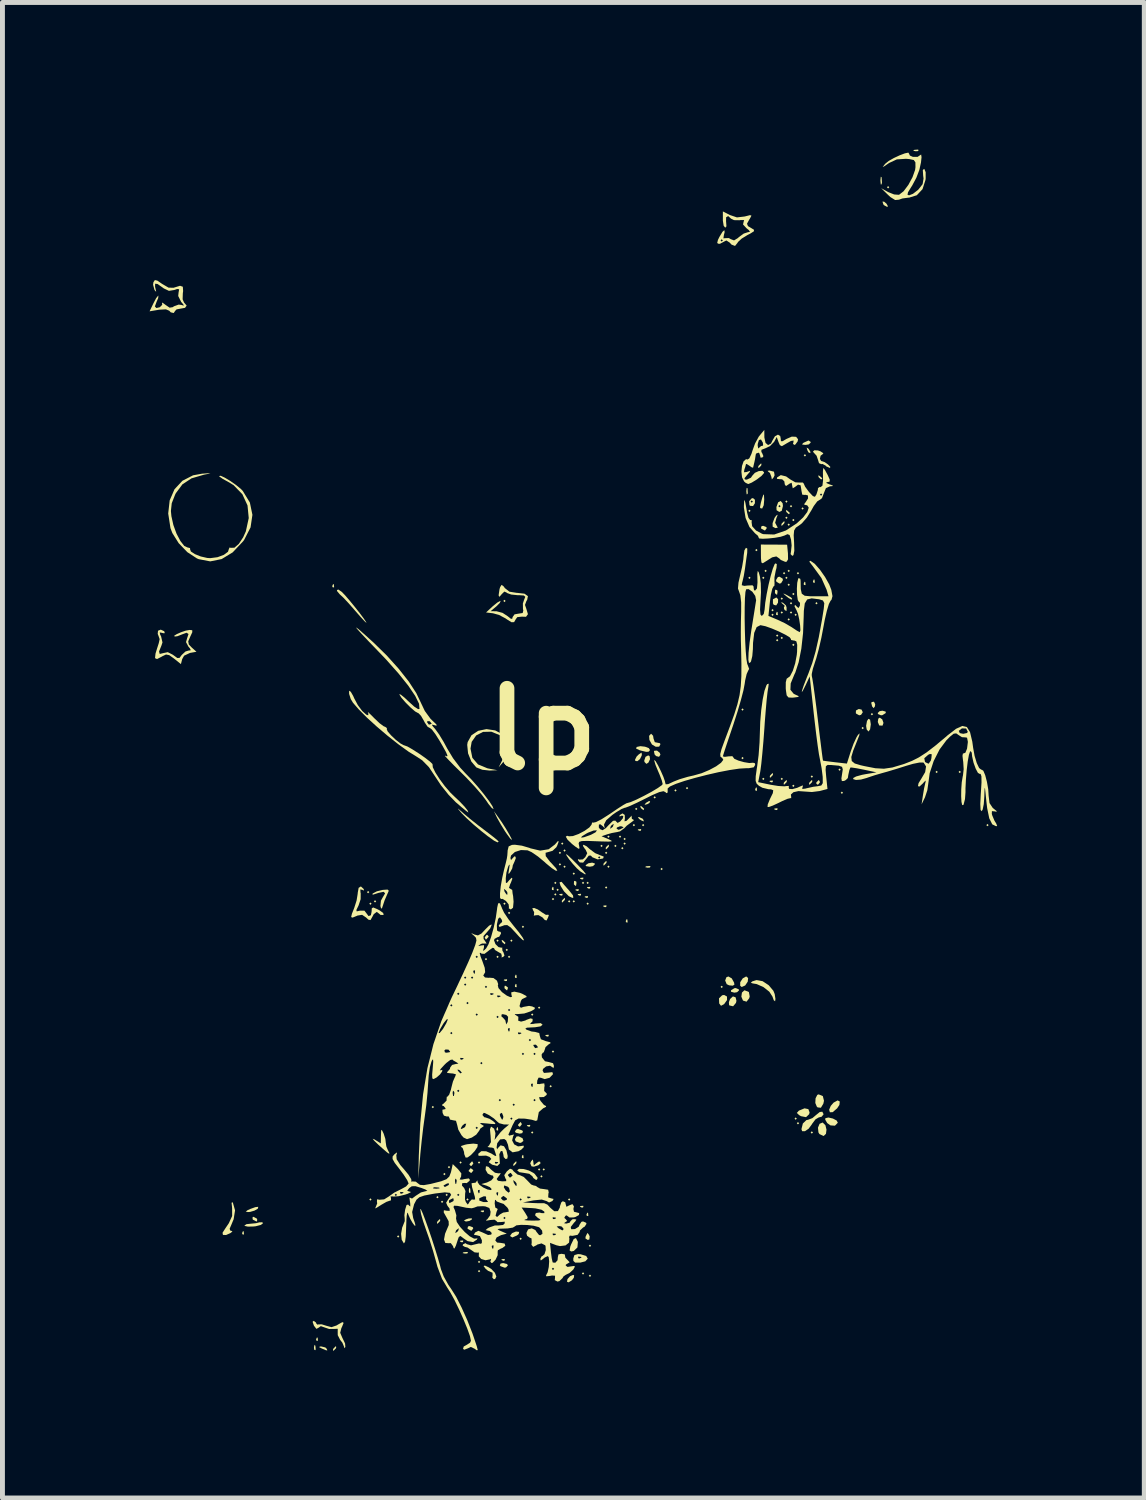
<source format=kicad_pcb>
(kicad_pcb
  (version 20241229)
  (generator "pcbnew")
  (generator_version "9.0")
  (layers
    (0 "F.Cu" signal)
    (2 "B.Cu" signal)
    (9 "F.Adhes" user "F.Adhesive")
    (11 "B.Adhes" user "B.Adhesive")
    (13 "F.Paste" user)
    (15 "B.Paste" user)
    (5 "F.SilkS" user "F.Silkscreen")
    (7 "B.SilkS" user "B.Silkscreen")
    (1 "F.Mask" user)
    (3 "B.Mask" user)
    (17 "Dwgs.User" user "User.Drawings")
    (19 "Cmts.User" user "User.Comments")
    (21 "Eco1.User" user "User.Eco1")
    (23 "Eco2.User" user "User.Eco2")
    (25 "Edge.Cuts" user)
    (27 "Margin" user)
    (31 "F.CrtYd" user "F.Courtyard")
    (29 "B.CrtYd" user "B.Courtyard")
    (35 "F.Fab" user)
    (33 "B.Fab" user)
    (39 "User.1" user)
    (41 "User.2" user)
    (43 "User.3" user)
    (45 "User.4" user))
  (footprint "lp"
    (layer "F.Cu")
    (at 8.014 11.819)
    (property "Reference" "lp" (at 0 0 0) (layer "F.SilkS") (effects (font (size 1.524 1.524) (thickness 0.3))))
    (attr board_only exclude_from_pos_files exclude_from_bom)
    (fp_poly (pts (xy -3.534 3.322) (xy -3.558 3.346) (xy -3.581 3.322) (xy -3.558 3.299)) (stroke (width 0) (type solid)) (fill yes) (layer "F.SilkS"))
    (fp_poly (pts (xy -3.487 3.558) (xy -3.511 3.581) (xy -3.534 3.558) (xy -3.511 3.534)) (stroke (width 0) (type solid)) (fill yes) (layer "F.SilkS"))
    (fp_poly (pts (xy -3.487 9.59) (xy -3.511 9.613) (xy -3.534 9.59) (xy -3.511 9.566)) (stroke (width 0) (type solid)) (fill yes) (layer "F.SilkS"))
    (fp_poly (pts (xy -3.393 3.511) (xy -3.417 3.534) (xy -3.44 3.511) (xy -3.417 3.487)) (stroke (width 0) (type solid)) (fill yes) (layer "F.SilkS"))
    (fp_poly (pts (xy -2.922 10.344) (xy -2.945 10.367) (xy -2.969 10.344) (xy -2.945 10.32)) (stroke (width 0) (type solid)) (fill yes) (layer "F.SilkS"))
    (fp_poly (pts (xy -2.215 7.705) (xy -2.238 7.728) (xy -2.262 7.705) (xy -2.238 7.681)) (stroke (width 0) (type solid)) (fill yes) (layer "F.SilkS"))
    (fp_poly (pts (xy -2.121 9.543) (xy -2.144 9.566) (xy -2.168 9.543) (xy -2.144 9.519)) (stroke (width 0) (type solid)) (fill yes) (layer "F.SilkS"))
    (fp_poly (pts (xy -2.026 9.637) (xy -2.05 9.66) (xy -2.073 9.637) (xy -2.05 9.613)) (stroke (width 0) (type solid)) (fill yes) (layer "F.SilkS"))
    (fp_poly (pts (xy -1.979 9.071) (xy -2.003 9.095) (xy -2.026 9.071) (xy -2.003 9.048)) (stroke (width 0) (type solid)) (fill yes) (layer "F.SilkS"))
    (fp_poly (pts (xy -1.932 9.496) (xy -1.956 9.519) (xy -1.979 9.496) (xy -1.956 9.472)) (stroke (width 0) (type solid)) (fill yes) (layer "F.SilkS"))
    (fp_poly (pts (xy -1.885 8.93) (xy -1.909 8.954) (xy -1.932 8.93) (xy -1.909 8.906)) (stroke (width 0) (type solid)) (fill yes) (layer "F.SilkS"))
    (fp_poly (pts (xy -1.649 8.836) (xy -1.673 8.859) (xy -1.696 8.836) (xy -1.673 8.812)) (stroke (width 0) (type solid)) (fill yes) (layer "F.SilkS"))
    (fp_poly (pts (xy -1.508 9.59) (xy -1.532 9.613) (xy -1.555 9.59) (xy -1.532 9.566)) (stroke (width 0) (type solid)) (fill yes) (layer "F.SilkS"))
    (fp_poly (pts (xy -1.272 8.836) (xy -1.296 8.859) (xy -1.319 8.836) (xy -1.296 8.812)) (stroke (width 0) (type solid)) (fill yes) (layer "F.SilkS"))
    (fp_poly (pts (xy -1.272 10.862) (xy -1.296 10.886) (xy -1.319 10.862) (xy -1.296 10.839)) (stroke (width 0) (type solid)) (fill yes) (layer "F.SilkS"))
    (fp_poly (pts (xy -1.272 11.051) (xy -1.296 11.074) (xy -1.319 11.051) (xy -1.296 11.027)) (stroke (width 0) (type solid)) (fill yes) (layer "F.SilkS"))
    (fp_poly (pts (xy -1.131 4.689) (xy -1.155 4.712) (xy -1.178 4.689) (xy -1.155 4.665)) (stroke (width 0) (type solid)) (fill yes) (layer "F.SilkS"))
    (fp_poly (pts (xy -0.895 4.312) (xy -0.919 4.335) (xy -0.942 4.312) (xy -0.919 4.288)) (stroke (width 0) (type solid)) (fill yes) (layer "F.SilkS"))
    (fp_poly (pts (xy -0.895 4.642) (xy -0.919 4.665) (xy -0.942 4.642) (xy -0.919 4.618)) (stroke (width 0) (type solid)) (fill yes) (layer "F.SilkS"))
    (fp_poly (pts (xy -0.754 -2.615) (xy -0.778 -2.592) (xy -0.801 -2.615) (xy -0.778 -2.639)) (stroke (width 0) (type solid)) (fill yes) (layer "F.SilkS"))
    (fp_poly (pts (xy -0.754 3.558) (xy -0.778 3.581) (xy -0.801 3.558) (xy -0.778 3.534)) (stroke (width 0) (type solid)) (fill yes) (layer "F.SilkS"))
    (fp_poly (pts (xy -0.707 4.5) (xy -0.73 4.524) (xy -0.754 4.5) (xy -0.73 4.477)) (stroke (width 0) (type solid)) (fill yes) (layer "F.SilkS"))
    (fp_poly (pts (xy -0.66 3.746) (xy -0.683 3.77) (xy -0.707 3.746) (xy -0.683 3.723)) (stroke (width 0) (type solid)) (fill yes) (layer "F.SilkS"))
    (fp_poly (pts (xy -0.66 4.642) (xy -0.683 4.665) (xy -0.707 4.642) (xy -0.683 4.618)) (stroke (width 0) (type solid)) (fill yes) (layer "F.SilkS"))
    (fp_poly (pts (xy -0.613 4.312) (xy -0.636 4.335) (xy -0.66 4.312) (xy -0.636 4.288)) (stroke (width 0) (type solid)) (fill yes) (layer "F.SilkS"))
    (fp_poly (pts (xy -0.424 10.391) (xy -0.448 10.414) (xy -0.471 10.391) (xy -0.448 10.367)) (stroke (width 0) (type solid)) (fill yes) (layer "F.SilkS"))
    (fp_poly (pts (xy -0.377 4.029) (xy -0.401 4.053) (xy -0.424 4.029) (xy -0.401 4.006)) (stroke (width 0) (type solid)) (fill yes) (layer "F.SilkS"))
    (fp_poly (pts (xy -0.188 5.82) (xy -0.212 5.843) (xy -0.236 5.82) (xy -0.212 5.796)) (stroke (width 0) (type solid)) (fill yes) (layer "F.SilkS"))
    (fp_poly (pts (xy -0.188 8.223) (xy -0.212 8.247) (xy -0.236 8.223) (xy -0.212 8.2)) (stroke (width 0) (type solid)) (fill yes) (layer "F.SilkS"))
    (fp_poly (pts (xy -0.047 5.678) (xy -0.071 5.702) (xy -0.094 5.678) (xy -0.071 5.655)) (stroke (width 0) (type solid)) (fill yes) (layer "F.SilkS"))
    (fp_poly (pts (xy -0.047 8.977) (xy -0.071 9.001) (xy -0.094 8.977) (xy -0.071 8.954)) (stroke (width 0) (type solid)) (fill yes) (layer "F.SilkS"))
    (fp_poly (pts (xy 0 9.119) (xy -0.024 9.142) (xy -0.047 9.119) (xy -0.024 9.095)) (stroke (width 0) (type solid)) (fill yes) (layer "F.SilkS"))
    (fp_poly (pts (xy 0.047 8.977) (xy 0.024 9.001) (xy 0 8.977) (xy 0.024 8.954)) (stroke (width 0) (type solid)) (fill yes) (layer "F.SilkS"))
    (fp_poly (pts (xy 0.188 7.281) (xy 0.165 7.304) (xy 0.141 7.281) (xy 0.165 7.257)) (stroke (width 0) (type solid)) (fill yes) (layer "F.SilkS"))
    (fp_poly (pts (xy 0.236 3.464) (xy 0.212 3.487) (xy 0.188 3.464) (xy 0.212 3.44)) (stroke (width 0) (type solid)) (fill yes) (layer "F.SilkS"))
    (fp_poly (pts (xy 0.236 6.574) (xy 0.212 6.597) (xy 0.188 6.574) (xy 0.212 6.55)) (stroke (width 0) (type solid)) (fill yes) (layer "F.SilkS"))
    (fp_poly (pts (xy 0.283 3.134) (xy 0.259 3.157) (xy 0.236 3.134) (xy 0.259 3.11)) (stroke (width 0) (type solid)) (fill yes) (layer "F.SilkS"))
    (fp_poly (pts (xy 0.283 3.369) (xy 0.259 3.393) (xy 0.236 3.369) (xy 0.259 3.346)) (stroke (width 0) (type solid)) (fill yes) (layer "F.SilkS"))
    (fp_poly (pts (xy 0.33 3.275) (xy 0.306 3.299) (xy 0.283 3.275) (xy 0.306 3.252)) (stroke (width 0) (type solid)) (fill yes) (layer "F.SilkS"))
    (fp_poly (pts (xy 0.377 2.521) (xy 0.353 2.545) (xy 0.33 2.521) (xy 0.353 2.498)) (stroke (width 0) (type solid)) (fill yes) (layer "F.SilkS"))
    (fp_poly (pts (xy 0.377 2.757) (xy 0.353 2.78) (xy 0.33 2.757) (xy 0.353 2.733)) (stroke (width 0) (type solid)) (fill yes) (layer "F.SilkS"))
    (fp_poly (pts (xy 0.424 2.333) (xy 0.401 2.356) (xy 0.377 2.333) (xy 0.401 2.309)) (stroke (width 0) (type solid)) (fill yes) (layer "F.SilkS"))
    (fp_poly (pts (xy 0.471 2.474) (xy 0.448 2.498) (xy 0.424 2.474) (xy 0.448 2.45)) (stroke (width 0) (type solid)) (fill yes) (layer "F.SilkS"))
    (fp_poly (pts (xy 0.471 2.804) (xy 0.448 2.827) (xy 0.424 2.804) (xy 0.448 2.78)) (stroke (width 0) (type solid)) (fill yes) (layer "F.SilkS"))
    (fp_poly (pts (xy 0.565 3.511) (xy 0.542 3.534) (xy 0.518 3.511) (xy 0.542 3.487)) (stroke (width 0) (type solid)) (fill yes) (layer "F.SilkS"))
    (fp_poly (pts (xy 0.565 9.59) (xy 0.542 9.613) (xy 0.518 9.59) (xy 0.542 9.566)) (stroke (width 0) (type solid)) (fill yes) (layer "F.SilkS"))
    (fp_poly (pts (xy 0.66 2.945) (xy 0.636 2.969) (xy 0.613 2.945) (xy 0.636 2.922)) (stroke (width 0) (type solid)) (fill yes) (layer "F.SilkS"))
    (fp_poly (pts (xy 0.66 3.511) (xy 0.636 3.534) (xy 0.613 3.511) (xy 0.636 3.487)) (stroke (width 0) (type solid)) (fill yes) (layer "F.SilkS"))
    (fp_poly (pts (xy 0.848 3.134) (xy 0.825 3.157) (xy 0.801 3.134) (xy 0.825 3.11)) (stroke (width 0) (type solid)) (fill yes) (layer "F.SilkS"))
    (fp_poly (pts (xy 0.848 11.098) (xy 0.825 11.121) (xy 0.801 11.098) (xy 0.825 11.074)) (stroke (width 0) (type solid)) (fill yes) (layer "F.SilkS"))
    (fp_poly (pts (xy 0.942 3.134) (xy 0.919 3.157) (xy 0.895 3.134) (xy 0.919 3.11)) (stroke (width 0) (type solid)) (fill yes) (layer "F.SilkS"))
    (fp_poly (pts (xy 0.942 3.558) (xy 0.919 3.581) (xy 0.895 3.558) (xy 0.919 3.534)) (stroke (width 0) (type solid)) (fill yes) (layer "F.SilkS"))
    (fp_poly (pts (xy 0.99 10.532) (xy 0.966 10.556) (xy 0.942 10.532) (xy 0.966 10.509)) (stroke (width 0) (type solid)) (fill yes) (layer "F.SilkS"))
    (fp_poly (pts (xy 0.99 11.145) (xy 0.966 11.168) (xy 0.942 11.145) (xy 0.966 11.121)) (stroke (width 0) (type solid)) (fill yes) (layer "F.SilkS"))
    (fp_poly (pts (xy 1.225 2.38) (xy 1.202 2.403) (xy 1.178 2.38) (xy 1.202 2.356)) (stroke (width 0) (type solid)) (fill yes) (layer "F.SilkS"))
    (fp_poly (pts (xy 1.319 2.521) (xy 1.296 2.545) (xy 1.272 2.521) (xy 1.296 2.498)) (stroke (width 0) (type solid)) (fill yes) (layer "F.SilkS"))
    (fp_poly (pts (xy 1.319 3.228) (xy 1.296 3.252) (xy 1.272 3.228) (xy 1.296 3.204)) (stroke (width 0) (type solid)) (fill yes) (layer "F.SilkS"))
    (fp_poly (pts (xy 1.367 2.191) (xy 1.343 2.215) (xy 1.319 2.191) (xy 1.343 2.168)) (stroke (width 0) (type solid)) (fill yes) (layer "F.SilkS"))
    (fp_poly (pts (xy 1.367 2.804) (xy 1.343 2.827) (xy 1.319 2.804) (xy 1.343 2.78)) (stroke (width 0) (type solid)) (fill yes) (layer "F.SilkS"))
    (fp_poly (pts (xy 1.508 2.38) (xy 1.484 2.403) (xy 1.461 2.38) (xy 1.484 2.356)) (stroke (width 0) (type solid)) (fill yes) (layer "F.SilkS"))
    (fp_poly (pts (xy 1.602 2.191) (xy 1.579 2.215) (xy 1.555 2.191) (xy 1.579 2.168)) (stroke (width 0) (type solid)) (fill yes) (layer "F.SilkS"))
    (fp_poly (pts (xy 1.649 2.427) (xy 1.626 2.45) (xy 1.602 2.427) (xy 1.626 2.403)) (stroke (width 0) (type solid)) (fill yes) (layer "F.SilkS"))
    (fp_poly (pts (xy 1.696 2.238) (xy 1.673 2.262) (xy 1.649 2.238) (xy 1.673 2.215)) (stroke (width 0) (type solid)) (fill yes) (layer "F.SilkS"))
    (fp_poly (pts (xy 1.696 2.333) (xy 1.673 2.356) (xy 1.649 2.333) (xy 1.673 2.309)) (stroke (width 0) (type solid)) (fill yes) (layer "F.SilkS"))
    (fp_poly (pts (xy 1.885 1.956) (xy 1.861 1.979) (xy 1.838 1.956) (xy 1.861 1.932)) (stroke (width 0) (type solid)) (fill yes) (layer "F.SilkS"))
    (fp_poly (pts (xy 1.932 1.626) (xy 1.909 1.649) (xy 1.885 1.626) (xy 1.909 1.602)) (stroke (width 0) (type solid)) (fill yes) (layer "F.SilkS"))
    (fp_poly (pts (xy 2.073 1.956) (xy 2.05 1.979) (xy 2.026 1.956) (xy 2.05 1.932)) (stroke (width 0) (type solid)) (fill yes) (layer "F.SilkS"))
    (fp_poly (pts (xy 2.309 1.39) (xy 2.286 1.414) (xy 2.262 1.39) (xy 2.286 1.367)) (stroke (width 0) (type solid)) (fill yes) (layer "F.SilkS"))
    (fp_poly (pts (xy 2.45 2.851) (xy 2.427 2.875) (xy 2.403 2.851) (xy 2.427 2.827)) (stroke (width 0) (type solid)) (fill yes) (layer "F.SilkS"))
    (fp_poly (pts (xy 2.733 1.249) (xy 2.71 1.272) (xy 2.686 1.249) (xy 2.71 1.225)) (stroke (width 0) (type solid)) (fill yes) (layer "F.SilkS"))
    (fp_poly (pts (xy 2.969 1.202) (xy 2.945 1.225) (xy 2.922 1.202) (xy 2.945 1.178)) (stroke (width 0) (type solid)) (fill yes) (layer "F.SilkS"))
    (fp_poly (pts (xy 3.676 5.254) (xy 3.652 5.278) (xy 3.629 5.254) (xy 3.652 5.231)) (stroke (width 0) (type solid)) (fill yes) (layer "F.SilkS"))
    (fp_poly (pts (xy 4.1 -0.401) (xy 4.076 -0.377) (xy 4.053 -0.401) (xy 4.076 -0.424)) (stroke (width 0) (type solid)) (fill yes) (layer "F.SilkS"))
    (fp_poly (pts (xy 4.1 0.589) (xy 4.076 0.613) (xy 4.053 0.589) (xy 4.076 0.565)) (stroke (width 0) (type solid)) (fill yes) (layer "F.SilkS"))
    (fp_poly (pts (xy 4.241 -4.453) (xy 4.218 -4.43) (xy 4.194 -4.453) (xy 4.218 -4.477)) (stroke (width 0) (type solid)) (fill yes) (layer "F.SilkS"))
    (fp_poly (pts (xy 4.241 -3.087) (xy 4.218 -3.063) (xy 4.194 -3.087) (xy 4.218 -3.11)) (stroke (width 0) (type solid)) (fill yes) (layer "F.SilkS"))
    (fp_poly (pts (xy 4.383 -3.652) (xy 4.359 -3.629) (xy 4.335 -3.652) (xy 4.359 -3.676)) (stroke (width 0) (type solid)) (fill yes) (layer "F.SilkS"))
    (fp_poly (pts (xy 4.524 -3.087) (xy 4.5 -3.063) (xy 4.477 -3.087) (xy 4.5 -3.11)) (stroke (width 0) (type solid)) (fill yes) (layer "F.SilkS"))
    (fp_poly (pts (xy 4.524 1.013) (xy 4.5 1.037) (xy 4.477 1.013) (xy 4.5 0.99)) (stroke (width 0) (type solid)) (fill yes) (layer "F.SilkS"))
    (fp_poly (pts (xy 4.571 -3.228) (xy 4.547 -3.204) (xy 4.524 -3.228) (xy 4.547 -3.252)) (stroke (width 0) (type solid)) (fill yes) (layer "F.SilkS"))
    (fp_poly (pts (xy 4.712 -2.427) (xy 4.689 -2.403) (xy 4.665 -2.427) (xy 4.689 -2.45)) (stroke (width 0) (type solid)) (fill yes) (layer "F.SilkS"))
    (fp_poly (pts (xy 4.712 -2.333) (xy 4.689 -2.309) (xy 4.665 -2.333) (xy 4.689 -2.356)) (stroke (width 0) (type solid)) (fill yes) (layer "F.SilkS"))
    (fp_poly (pts (xy 4.807 -1.909) (xy 4.783 -1.885) (xy 4.76 -1.909) (xy 4.783 -1.932)) (stroke (width 0) (type solid)) (fill yes) (layer "F.SilkS"))
    (fp_poly (pts (xy 4.807 -1.814) (xy 4.783 -1.791) (xy 4.76 -1.814) (xy 4.783 -1.838)) (stroke (width 0) (type solid)) (fill yes) (layer "F.SilkS"))
    (fp_poly (pts (xy 4.901 -2.663) (xy 4.877 -2.639) (xy 4.854 -2.663) (xy 4.877 -2.686)) (stroke (width 0) (type solid)) (fill yes) (layer "F.SilkS"))
    (fp_poly (pts (xy 4.901 -2.38) (xy 4.877 -2.356) (xy 4.854 -2.38) (xy 4.877 -2.403)) (stroke (width 0) (type solid)) (fill yes) (layer "F.SilkS"))
    (fp_poly (pts (xy 4.901 -1.861) (xy 4.877 -1.838) (xy 4.854 -1.861) (xy 4.877 -1.885)) (stroke (width 0) (type solid)) (fill yes) (layer "F.SilkS"))
    (fp_poly (pts (xy 4.901 1.013) (xy 4.877 1.037) (xy 4.854 1.013) (xy 4.877 0.99)) (stroke (width 0) (type solid)) (fill yes) (layer "F.SilkS"))
    (fp_poly (pts (xy 4.948 -3.181) (xy 4.924 -3.157) (xy 4.901 -3.181) (xy 4.924 -3.204)) (stroke (width 0) (type solid)) (fill yes) (layer "F.SilkS"))
    (fp_poly (pts (xy 4.995 -4.642) (xy 4.972 -4.618) (xy 4.948 -4.642) (xy 4.972 -4.665)) (stroke (width 0) (type solid)) (fill yes) (layer "F.SilkS"))
    (fp_poly (pts (xy 4.995 -4.312) (xy 4.972 -4.288) (xy 4.948 -4.312) (xy 4.972 -4.335)) (stroke (width 0) (type solid)) (fill yes) (layer "F.SilkS"))
    (fp_poly (pts (xy 4.995 -3.087) (xy 4.972 -3.063) (xy 4.948 -3.087) (xy 4.972 -3.11)) (stroke (width 0) (type solid)) (fill yes) (layer "F.SilkS"))
    (fp_poly (pts (xy 5.042 -4.171) (xy 5.019 -4.147) (xy 4.995 -4.171) (xy 5.019 -4.194)) (stroke (width 0) (type solid)) (fill yes) (layer "F.SilkS"))
    (fp_poly (pts (xy 5.042 -3.228) (xy 5.019 -3.204) (xy 4.995 -3.228) (xy 5.019 -3.252)) (stroke (width 0) (type solid)) (fill yes) (layer "F.SilkS"))
    (fp_poly (pts (xy 5.042 -2.945) (xy 5.019 -2.922) (xy 4.995 -2.945) (xy 5.019 -2.969)) (stroke (width 0) (type solid)) (fill yes) (layer "F.SilkS"))
    (fp_poly (pts (xy 5.042 -2.238) (xy 5.019 -2.215) (xy 4.995 -2.238) (xy 5.019 -2.262)) (stroke (width 0) (type solid)) (fill yes) (layer "F.SilkS"))
    (fp_poly (pts (xy 5.089 -4.547) (xy 5.066 -4.524) (xy 5.042 -4.547) (xy 5.066 -4.571)) (stroke (width 0) (type solid)) (fill yes) (layer "F.SilkS"))
    (fp_poly (pts (xy 5.089 -2.568) (xy 5.066 -2.545) (xy 5.042 -2.568) (xy 5.066 -2.592)) (stroke (width 0) (type solid)) (fill yes) (layer "F.SilkS"))
    (fp_poly (pts (xy 5.089 -2.38) (xy 5.066 -2.356) (xy 5.042 -2.38) (xy 5.066 -2.403)) (stroke (width 0) (type solid)) (fill yes) (layer "F.SilkS"))
    (fp_poly (pts (xy 5.137 -4.265) (xy 5.113 -4.241) (xy 5.089 -4.265) (xy 5.113 -4.288)) (stroke (width 0) (type solid)) (fill yes) (layer "F.SilkS"))
    (fp_poly (pts (xy 5.137 -2.757) (xy 5.113 -2.733) (xy 5.089 -2.757) (xy 5.113 -2.78)) (stroke (width 0) (type solid)) (fill yes) (layer "F.SilkS"))
    (fp_poly (pts (xy 5.137 -1.72) (xy 5.113 -1.696) (xy 5.089 -1.72) (xy 5.113 -1.744)) (stroke (width 0) (type solid)) (fill yes) (layer "F.SilkS"))
    (fp_poly (pts (xy 5.137 1.155) (xy 5.113 1.178) (xy 5.089 1.155) (xy 5.113 1.131)) (stroke (width 0) (type solid)) (fill yes) (layer "F.SilkS"))
    (fp_poly (pts (xy 5.184 -2.333) (xy 5.16 -2.309) (xy 5.137 -2.333) (xy 5.16 -2.356)) (stroke (width 0) (type solid)) (fill yes) (layer "F.SilkS"))
    (fp_poly (pts (xy 5.184 7.94) (xy 5.16 7.964) (xy 5.137 7.94) (xy 5.16 7.917)) (stroke (width 0) (type solid)) (fill yes) (layer "F.SilkS"))
    (fp_poly (pts (xy 5.231 -3.181) (xy 5.207 -3.157) (xy 5.184 -3.181) (xy 5.207 -3.204)) (stroke (width 0) (type solid)) (fill yes) (layer "F.SilkS"))
    (fp_poly (pts (xy 5.231 8.035) (xy 5.207 8.058) (xy 5.184 8.035) (xy 5.207 8.011)) (stroke (width 0) (type solid)) (fill yes) (layer "F.SilkS"))
    (fp_poly (pts (xy 5.325 -4.5) (xy 5.301 -4.477) (xy 5.278 -4.5) (xy 5.301 -4.524)) (stroke (width 0) (type solid)) (fill yes) (layer "F.SilkS"))
    (fp_poly (pts (xy 5.372 -5.584) (xy 5.349 -5.561) (xy 5.325 -5.584) (xy 5.349 -5.608)) (stroke (width 0) (type solid)) (fill yes) (layer "F.SilkS"))
    (fp_poly (pts (xy 5.514 0.966) (xy 5.49 0.99) (xy 5.466 0.966) (xy 5.49 0.942)) (stroke (width 0) (type solid)) (fill yes) (layer "F.SilkS"))
    (fp_poly (pts (xy 5.514 8.223) (xy 5.49 8.247) (xy 5.466 8.223) (xy 5.49 8.2)) (stroke (width 0) (type solid)) (fill yes) (layer "F.SilkS"))
    (fp_poly (pts (xy 5.608 -2.568) (xy 5.584 -2.545) (xy 5.561 -2.568) (xy 5.584 -2.592)) (stroke (width 0) (type solid)) (fill yes) (layer "F.SilkS"))
    (fp_poly (pts (xy 6.079 0.825) (xy 6.055 0.848) (xy 6.032 0.825) (xy 6.055 0.801)) (stroke (width 0) (type solid)) (fill yes) (layer "F.SilkS"))
    (fp_poly (pts (xy 6.126 1.296) (xy 6.103 1.319) (xy 6.079 1.296) (xy 6.103 1.272)) (stroke (width 0) (type solid)) (fill yes) (layer "F.SilkS"))
    (fp_poly (pts (xy 6.55 -0.024) (xy 6.527 0) (xy 6.503 -0.024) (xy 6.527 -0.047)) (stroke (width 0) (type solid)) (fill yes) (layer "F.SilkS"))
    (fp_poly (pts (xy 6.739 -0.306) (xy 6.715 -0.283) (xy 6.692 -0.306) (xy 6.715 -0.33)) (stroke (width 0) (type solid)) (fill yes) (layer "F.SilkS"))
    (fp_poly (pts (xy 7.069 -11.051) (xy 7.045 -11.027) (xy 7.022 -11.051) (xy 7.045 -11.074)) (stroke (width 0) (type solid)) (fill yes) (layer "F.SilkS"))
    (fp_poly (pts (xy 8.058 0.872) (xy 8.035 0.895) (xy 8.011 0.872) (xy 8.035 0.848)) (stroke (width 0) (type solid)) (fill yes) (layer "F.SilkS"))
    (fp_poly (pts (xy 8.529 0.872) (xy 8.506 0.895) (xy 8.482 0.872) (xy 8.506 0.848)) (stroke (width 0) (type solid)) (fill yes) (layer "F.SilkS"))
    (fp_poly (pts (xy 9.095 1.956) (xy 9.071 1.979) (xy 9.048 1.956) (xy 9.071 1.932)) (stroke (width 0) (type solid)) (fill yes) (layer "F.SilkS"))
    (fp_poly (pts (xy -6.095 10.242) (xy -6.089 10.298) (xy -6.095 10.305) (xy -6.123 10.298) (xy -6.126 10.273) (xy -6.109 10.234)) (stroke (width 0) (type solid)) (fill yes) (layer "F.SilkS"))
    (fp_poly (pts (xy -4.633 12.573) (xy -4.627 12.647) (xy -4.637 12.664) (xy -4.658 12.65) (xy -4.662 12.602) (xy -4.65 12.552)) (stroke (width 0) (type solid)) (fill yes) (layer "F.SilkS"))
    (fp_poly (pts (xy -4.587 12.409) (xy -4.581 12.465) (xy -4.587 12.472) (xy -4.615 12.466) (xy -4.618 12.441) (xy -4.601 12.402)) (stroke (width 0) (type solid)) (fill yes) (layer "F.SilkS"))
    (fp_poly (pts (xy -4.257 -2.953) (xy -4.251 -2.897) (xy -4.257 -2.89) (xy -4.285 -2.897) (xy -4.288 -2.922) (xy -4.271 -2.96)) (stroke (width 0) (type solid)) (fill yes) (layer "F.SilkS"))
    (fp_poly (pts (xy -1.618 10.43) (xy -1.624 10.458) (xy -1.649 10.462) (xy -1.688 10.444) (xy -1.681 10.43) (xy -1.625 10.425)) (stroke (width 0) (type solid)) (fill yes) (layer "F.SilkS"))
    (fp_poly (pts (xy -1.521 10.669) (xy -1.535 10.69) (xy -1.583 10.693) (xy -1.633 10.682) (xy -1.611 10.665) (xy -1.537 10.659)) (stroke (width 0) (type solid)) (fill yes) (layer "F.SilkS"))
    (fp_poly (pts (xy -1.476 9.369) (xy -1.47 9.443) (xy -1.48 9.459) (xy -1.501 9.445) (xy -1.504 9.397) (xy -1.493 9.347)) (stroke (width 0) (type solid)) (fill yes) (layer "F.SilkS"))
    (fp_poly (pts (xy -1.194 9.818) (xy -1.2 9.846) (xy -1.225 9.849) (xy -1.264 9.832) (xy -1.257 9.818) (xy -1.201 9.812)) (stroke (width 0) (type solid)) (fill yes) (layer "F.SilkS"))
    (fp_poly (pts (xy -0.911 8.121) (xy -0.905 8.177) (xy -0.911 8.184) (xy -0.939 8.177) (xy -0.942 8.153) (xy -0.925 8.114)) (stroke (width 0) (type solid)) (fill yes) (layer "F.SilkS"))
    (fp_poly (pts (xy -0.77 10.807) (xy -0.776 10.835) (xy -0.801 10.839) (xy -0.84 10.821) (xy -0.833 10.807) (xy -0.777 10.802)) (stroke (width 0) (type solid)) (fill yes) (layer "F.SilkS"))
    (fp_poly (pts (xy -0.723 5.105) (xy -0.729 5.133) (xy -0.754 5.137) (xy -0.793 5.119) (xy -0.785 5.105) (xy -0.729 5.099)) (stroke (width 0) (type solid)) (fill yes) (layer "F.SilkS"))
    (fp_poly (pts (xy -0.534 5.011) (xy -0.528 5.067) (xy -0.534 5.074) (xy -0.562 5.067) (xy -0.565 5.042) (xy -0.548 5.004)) (stroke (width 0) (type solid)) (fill yes) (layer "F.SilkS"))
    (fp_poly (pts (xy -0.534 5.199) (xy -0.528 5.255) (xy -0.534 5.262) (xy -0.562 5.256) (xy -0.565 5.231) (xy -0.548 5.192)) (stroke (width 0) (type solid)) (fill yes) (layer "F.SilkS"))
    (fp_poly (pts (xy -0.393 8.687) (xy -0.387 8.743) (xy -0.393 8.749) (xy -0.421 8.743) (xy -0.424 8.718) (xy -0.407 8.679)) (stroke (width 0) (type solid)) (fill yes) (layer "F.SilkS"))
    (fp_poly (pts (xy -0.251 8.074) (xy -0.258 8.102) (xy -0.283 8.105) (xy -0.322 8.088) (xy -0.314 8.074) (xy -0.258 8.068)) (stroke (width 0) (type solid)) (fill yes) (layer "F.SilkS"))
    (fp_poly (pts (xy 0.126 6.236) (xy 0.119 6.264) (xy 0.094 6.268) (xy 0.055 6.25) (xy 0.063 6.236) (xy 0.119 6.23)) (stroke (width 0) (type solid)) (fill yes) (layer "F.SilkS"))
    (fp_poly (pts (xy 0.22 3.22) (xy 0.226 3.276) (xy 0.22 3.283) (xy 0.192 3.277) (xy 0.188 3.252) (xy 0.206 3.213)) (stroke (width 0) (type solid)) (fill yes) (layer "F.SilkS"))
    (fp_poly (pts (xy 0.408 3.362) (xy 0.402 3.39) (xy 0.377 3.393) (xy 0.338 3.376) (xy 0.346 3.362) (xy 0.402 3.356)) (stroke (width 0) (type solid)) (fill yes) (layer "F.SilkS"))
    (fp_poly (pts (xy 0.738 3.267) (xy 0.732 3.295) (xy 0.707 3.299) (xy 0.668 3.281) (xy 0.675 3.267) (xy 0.731 3.262)) (stroke (width 0) (type solid)) (fill yes) (layer "F.SilkS"))
    (fp_poly (pts (xy 0.785 3.362) (xy 0.779 3.39) (xy 0.754 3.393) (xy 0.715 3.376) (xy 0.723 3.362) (xy 0.778 3.356)) (stroke (width 0) (type solid)) (fill yes) (layer "F.SilkS"))
    (fp_poly (pts (xy 0.833 3.032) (xy 0.826 3.06) (xy 0.801 3.063) (xy 0.762 3.046) (xy 0.77 3.032) (xy 0.826 3.026)) (stroke (width 0) (type solid)) (fill yes) (layer "F.SilkS"))
    (fp_poly (pts (xy 0.833 9.723) (xy 0.826 9.751) (xy 0.801 9.755) (xy 0.762 9.737) (xy 0.77 9.723) (xy 0.826 9.718)) (stroke (width 0) (type solid)) (fill yes) (layer "F.SilkS"))
    (fp_poly (pts (xy 0.927 3.409) (xy 0.92 3.437) (xy 0.895 3.44) (xy 0.857 3.423) (xy 0.864 3.409) (xy 0.92 3.403)) (stroke (width 0) (type solid)) (fill yes) (layer "F.SilkS"))
    (fp_poly (pts (xy 0.927 9.865) (xy 0.932 9.921) (xy 0.927 9.928) (xy 0.899 9.921) (xy 0.895 9.896) (xy 0.913 9.857)) (stroke (width 0) (type solid)) (fill yes) (layer "F.SilkS"))
    (fp_poly (pts (xy 0.974 3.22) (xy 0.967 3.248) (xy 0.942 3.252) (xy 0.904 3.234) (xy 0.911 3.22) (xy 0.967 3.215)) (stroke (width 0) (type solid)) (fill yes) (layer "F.SilkS"))
    (fp_poly (pts (xy 1.304 3.597) (xy 1.297 3.625) (xy 1.272 3.629) (xy 1.234 3.611) (xy 1.241 3.597) (xy 1.297 3.592)) (stroke (width 0) (type solid)) (fill yes) (layer "F.SilkS"))
    (fp_poly (pts (xy 1.728 3.88) (xy 1.734 3.936) (xy 1.728 3.943) (xy 1.7 3.936) (xy 1.696 3.911) (xy 1.714 3.873)) (stroke (width 0) (type solid)) (fill yes) (layer "F.SilkS"))
    (fp_poly (pts (xy 2.011 2.042) (xy 2.004 2.07) (xy 1.979 2.073) (xy 1.94 2.056) (xy 1.948 2.042) (xy 2.004 2.036)) (stroke (width 0) (type solid)) (fill yes) (layer "F.SilkS"))
    (fp_poly (pts (xy 2.202 2.799) (xy 2.188 2.82) (xy 2.14 2.824) (xy 2.09 2.812) (xy 2.112 2.795) (xy 2.185 2.79)) (stroke (width 0) (type solid)) (fill yes) (layer "F.SilkS"))
    (fp_poly (pts (xy 4.178 -4.913) (xy 4.184 -4.816) (xy 4.178 -4.795) (xy 4.161 -4.789) (xy 4.154 -4.854) (xy 4.162 -4.921)) (stroke (width 0) (type solid)) (fill yes) (layer "F.SilkS"))
    (fp_poly (pts (xy 4.367 1.194) (xy 4.372 1.25) (xy 4.367 1.257) (xy 4.339 1.25) (xy 4.335 1.225) (xy 4.353 1.186)) (stroke (width 0) (type solid)) (fill yes) (layer "F.SilkS"))
    (fp_poly (pts (xy 4.697 1.052) (xy 4.69 1.08) (xy 4.665 1.084) (xy 4.627 1.067) (xy 4.634 1.052) (xy 4.69 1.047)) (stroke (width 0) (type solid)) (fill yes) (layer "F.SilkS"))
    (fp_poly (pts (xy 4.791 -2.388) (xy 4.797 -2.332) (xy 4.791 -2.325) (xy 4.763 -2.331) (xy 4.76 -2.356) (xy 4.777 -2.395)) (stroke (width 0) (type solid)) (fill yes) (layer "F.SilkS"))
    (fp_poly (pts (xy 4.791 1.618) (xy 4.785 1.646) (xy 4.76 1.649) (xy 4.721 1.632) (xy 4.728 1.618) (xy 4.784 1.612)) (stroke (width 0) (type solid)) (fill yes) (layer "F.SilkS"))
    (fp_poly (pts (xy 5.356 -3) (xy 5.362 -2.944) (xy 5.356 -2.937) (xy 5.328 -2.944) (xy 5.325 -2.969) (xy 5.342 -3.008)) (stroke (width 0) (type solid)) (fill yes) (layer "F.SilkS"))
    (fp_poly (pts (xy 5.545 -3.047) (xy 5.551 -2.991) (xy 5.545 -2.985) (xy 5.517 -2.991) (xy 5.514 -3.016) (xy 5.531 -3.055)) (stroke (width 0) (type solid)) (fill yes) (layer "F.SilkS"))
    (fp_poly (pts (xy 7.668 -11.81) (xy 7.654 -11.788) (xy 7.607 -11.785) (xy 7.556 -11.796) (xy 7.578 -11.813) (xy 7.652 -11.819)) (stroke (width 0) (type solid)) (fill yes) (layer "F.SilkS"))
    (fp_poly (pts (xy -0.808 4.307) (xy -0.758 4.355) (xy -0.768 4.382) (xy -0.775 4.383) (xy -0.815 4.349) (xy -0.829 4.328) (xy -0.835 4.296)) (stroke (width 0) (type solid)) (fill yes) (layer "F.SilkS"))
    (fp_poly (pts (xy 0.686 3.106) (xy 0.691 3.136) (xy 0.681 3.2) (xy 0.647 3.174) (xy 0.638 3.161) (xy 0.641 3.101) (xy 0.651 3.092)) (stroke (width 0) (type solid)) (fill yes) (layer "F.SilkS"))
    (fp_poly (pts (xy 2.019 1.574) (xy 2.07 1.622) (xy 2.059 1.649) (xy 2.053 1.649) (xy 2.013 1.616) (xy 1.998 1.595) (xy 1.993 1.563)) (stroke (width 0) (type solid)) (fill yes) (layer "F.SilkS"))
    (fp_poly (pts (xy 2.04 1.825) (xy 2.05 1.838) (xy 2.066 1.88) (xy 2.022 1.864) (xy 1.979 1.838) (xy 1.943 1.8) (xy 1.965 1.791)) (stroke (width 0) (type solid)) (fill yes) (layer "F.SilkS"))
    (fp_poly (pts (xy 2.193 1.47) (xy 2.178 1.505) (xy 2.134 1.529) (xy 2.079 1.543) (xy 2.102 1.508) (xy 2.108 1.502) (xy 2.17 1.465)) (stroke (width 0) (type solid)) (fill yes) (layer "F.SilkS"))
    (fp_poly (pts (xy 4.786 -2.832) (xy 4.791 -2.802) (xy 4.781 -2.738) (xy 4.747 -2.764) (xy 4.738 -2.777) (xy 4.74 -2.836) (xy 4.751 -2.846)) (stroke (width 0) (type solid)) (fill yes) (layer "F.SilkS"))
    (fp_poly (pts (xy 4.988 -4.458) (xy 5.038 -4.414) (xy 5.042 -4.403) (xy 5.02 -4.384) (xy 4.973 -4.427) (xy 4.967 -4.437) (xy 4.962 -4.469)) (stroke (width 0) (type solid)) (fill yes) (layer "F.SilkS"))
    (fp_poly (pts (xy 5.419 -5.721) (xy 5.425 -5.715) (xy 5.462 -5.653) (xy 5.457 -5.63) (xy 5.422 -5.644) (xy 5.399 -5.688) (xy 5.384 -5.743)) (stroke (width 0) (type solid)) (fill yes) (layer "F.SilkS"))
    (fp_poly (pts (xy 5.648 -5.165) (xy 5.698 -5.121) (xy 5.702 -5.11) (xy 5.68 -5.091) (xy 5.633 -5.134) (xy 5.627 -5.144) (xy 5.621 -5.176)) (stroke (width 0) (type solid)) (fill yes) (layer "F.SilkS"))
    (fp_poly (pts (xy 6.782 -0.509) (xy 6.776 -0.465) (xy 6.75 -0.429) (xy 6.719 -0.465) (xy 6.702 -0.534) (xy 6.71 -0.553) (xy 6.757 -0.561)) (stroke (width 0) (type solid)) (fill yes) (layer "F.SilkS"))
    (fp_poly (pts (xy 6.965 -10.756) (xy 7.012 -10.716) (xy 7.042 -10.663) (xy 7.026 -10.65) (xy 6.961 -10.685) (xy 6.949 -10.7) (xy 6.93 -10.759)) (stroke (width 0) (type solid)) (fill yes) (layer "F.SilkS"))
    (fp_poly (pts (xy -5.829 9.978) (xy -5.82 9.99) (xy -5.822 10.034) (xy -5.838 10.037) (xy -5.904 10.003) (xy -5.914 9.99) (xy -5.912 9.947) (xy -5.896 9.943)) (stroke (width 0) (type solid)) (fill yes) (layer "F.SilkS"))
    (fp_poly (pts (xy -4.43 12.607) (xy -4.406 12.629) (xy -4.388 12.666) (xy -4.415 12.665) (xy -4.5 12.629) (xy -4.56 12.598) (xy -4.533 12.587) (xy -4.515 12.586)) (stroke (width 0) (type solid)) (fill yes) (layer "F.SilkS"))
    (fp_poly (pts (xy -4.209 12.613) (xy -4.218 12.629) (xy -4.262 12.674) (xy -4.27 12.676) (xy -4.274 12.646) (xy -4.265 12.629) (xy -4.22 12.584) (xy -4.212 12.582)) (stroke (width 0) (type solid)) (fill yes) (layer "F.SilkS"))
    (fp_poly (pts (xy -2.088 10.021) (xy -2.097 10.037) (xy -2.141 10.082) (xy -2.15 10.085) (xy -2.153 10.054) (xy -2.144 10.037) (xy -2.1 9.992) (xy -2.091 9.99)) (stroke (width 0) (type solid)) (fill yes) (layer "F.SilkS"))
    (fp_poly (pts (xy -1.44 9.995) (xy -1.492 10.027) (xy -1.563 10.039) (xy -1.602 10.022) (xy -1.602 10.019) (xy -1.563 9.995) (xy -1.508 9.977) (xy -1.444 9.974)) (stroke (width 0) (type solid)) (fill yes) (layer "F.SilkS"))
    (fp_poly (pts (xy -1.423 10.156) (xy -1.414 10.179) (xy -1.448 10.225) (xy -1.458 10.226) (xy -1.522 10.192) (xy -1.532 10.179) (xy -1.521 10.139) (xy -1.487 10.132)) (stroke (width 0) (type solid)) (fill yes) (layer "F.SilkS"))
    (fp_poly (pts (xy -1.415 8.989) (xy -1.414 9.001) (xy -1.45 9.046) (xy -1.461 9.048) (xy -1.507 9.012) (xy -1.508 9.001) (xy -1.472 8.955) (xy -1.461 8.954)) (stroke (width 0) (type solid)) (fill yes) (layer "F.SilkS"))
    (fp_poly (pts (xy -1.414 8.849) (xy -1.414 8.859) (xy -1.45 8.905) (xy -1.464 8.906) (xy -1.492 8.878) (xy -1.484 8.859) (xy -1.442 8.814) (xy -1.435 8.812)) (stroke (width 0) (type solid)) (fill yes) (layer "F.SilkS"))
    (fp_poly (pts (xy -1.1 4.223) (xy -1.107 4.241) (xy -1.15 4.286) (xy -1.157 4.288) (xy -1.178 4.252) (xy -1.178 4.241) (xy -1.142 4.196) (xy -1.128 4.194)) (stroke (width 0) (type solid)) (fill yes) (layer "F.SilkS"))
    (fp_poly (pts (xy -0.726 10.905) (xy -0.707 10.933) (xy -0.745 10.975) (xy -0.775 10.98) (xy -0.855 10.951) (xy -0.872 10.933) (xy -0.857 10.896) (xy -0.804 10.886)) (stroke (width 0) (type solid)) (fill yes) (layer "F.SilkS"))
    (fp_poly (pts (xy -0.709 5.265) (xy -0.707 5.278) (xy -0.723 5.324) (xy -0.728 5.325) (xy -0.768 5.292) (xy -0.778 5.278) (xy -0.774 5.234) (xy -0.757 5.231)) (stroke (width 0) (type solid)) (fill yes) (layer "F.SilkS"))
    (fp_poly (pts (xy -0.533 8.843) (xy -0.542 8.859) (xy -0.586 8.904) (xy -0.595 8.906) (xy -0.598 8.876) (xy -0.589 8.859) (xy -0.545 8.814) (xy -0.536 8.812)) (stroke (width 0) (type solid)) (fill yes) (layer "F.SilkS"))
    (fp_poly (pts (xy -0.425 8.048) (xy -0.424 8.058) (xy -0.46 8.104) (xy -0.474 8.105) (xy -0.502 8.077) (xy -0.495 8.058) (xy -0.452 8.013) (xy -0.445 8.011)) (stroke (width 0) (type solid)) (fill yes) (layer "F.SilkS"))
    (fp_poly (pts (xy -0.417 8.181) (xy -0.401 8.2) (xy -0.415 8.237) (xy -0.468 8.247) (xy -0.547 8.228) (xy -0.565 8.2) (xy -0.528 8.157) (xy -0.498 8.153)) (stroke (width 0) (type solid)) (fill yes) (layer "F.SilkS"))
    (fp_poly (pts (xy -0.408 8.342) (xy -0.391 8.396) (xy -0.439 8.433) (xy -0.467 8.435) (xy -0.548 8.405) (xy -0.565 8.361) (xy -0.53 8.304) (xy -0.487 8.302)) (stroke (width 0) (type solid)) (fill yes) (layer "F.SilkS"))
    (fp_poly (pts (xy 0.456 3.471) (xy 0.448 3.487) (xy 0.403 3.532) (xy 0.395 3.534) (xy 0.392 3.504) (xy 0.401 3.487) (xy 0.445 3.442) (xy 0.453 3.44)) (stroke (width 0) (type solid)) (fill yes) (layer "F.SilkS"))
    (fp_poly (pts (xy 0.643 11.136) (xy 0.637 11.186) (xy 0.598 11.237) (xy 0.531 11.279) (xy 0.498 11.268) (xy 0.507 11.213) (xy 0.56 11.154) (xy 0.622 11.128)) (stroke (width 0) (type solid)) (fill yes) (layer "F.SilkS"))
    (fp_poly (pts (xy 0.945 10.31) (xy 0.96 10.344) (xy 0.953 10.405) (xy 0.919 10.414) (xy 0.873 10.383) (xy 0.878 10.344) (xy 0.909 10.282) (xy 0.919 10.273)) (stroke (width 0) (type solid)) (fill yes) (layer "F.SilkS"))
    (fp_poly (pts (xy 1.064 2.738) (xy 1.068 2.751) (xy 1.028 2.792) (xy 0.963 2.804) (xy 0.888 2.793) (xy 0.876 2.774) (xy 0.933 2.734) (xy 1.011 2.721)) (stroke (width 0) (type solid)) (fill yes) (layer "F.SilkS"))
    (fp_poly (pts (xy 1.305 2.717) (xy 1.296 2.733) (xy 1.252 2.778) (xy 1.243 2.78) (xy 1.24 2.75) (xy 1.249 2.733) (xy 1.293 2.688) (xy 1.301 2.686)) (stroke (width 0) (type solid)) (fill yes) (layer "F.SilkS"))
    (fp_poly (pts (xy 1.352 2.387) (xy 1.343 2.403) (xy 1.299 2.448) (xy 1.29 2.45) (xy 1.287 2.42) (xy 1.296 2.403) (xy 1.34 2.358) (xy 1.349 2.356)) (stroke (width 0) (type solid)) (fill yes) (layer "F.SilkS"))
    (fp_poly (pts (xy 2.181 0.548) (xy 2.191 0.611) (xy 2.157 0.682) (xy 2.116 0.707) (xy 2.078 0.669) (xy 2.073 0.639) (xy 2.099 0.563) (xy 2.153 0.534)) (stroke (width 0) (type solid)) (fill yes) (layer "F.SilkS"))
    (fp_poly (pts (xy 2.389 0.481) (xy 2.403 0.521) (xy 2.374 0.563) (xy 2.314 0.548) (xy 2.284 0.515) (xy 2.271 0.452) (xy 2.278 0.44) (xy 2.333 0.436)) (stroke (width 0) (type solid)) (fill yes) (layer "F.SilkS"))
    (fp_poly (pts (xy 3.999 5.304) (xy 4.006 5.325) (xy 3.966 5.363) (xy 3.909 5.372) (xy 3.843 5.354) (xy 3.841 5.325) (xy 3.909 5.282) (xy 3.938 5.278)) (stroke (width 0) (type solid)) (fill yes) (layer "F.SilkS"))
    (fp_poly (pts (xy 4.462 -5.389) (xy 4.453 -5.372) (xy 4.409 -5.327) (xy 4.401 -5.325) (xy 4.397 -5.355) (xy 4.406 -5.372) (xy 4.451 -5.417) (xy 4.459 -5.419)) (stroke (width 0) (type solid)) (fill yes) (layer "F.SilkS"))
    (fp_poly (pts (xy 4.562 -4.122) (xy 4.571 -4.1) (xy 4.537 -4.054) (xy 4.527 -4.053) (xy 4.463 -4.087) (xy 4.453 -4.1) (xy 4.464 -4.14) (xy 4.498 -4.147)) (stroke (width 0) (type solid)) (fill yes) (layer "F.SilkS"))
    (fp_poly (pts (xy 4.698 0.926) (xy 4.689 0.942) (xy 4.644 0.987) (xy 4.636 0.99) (xy 4.633 0.959) (xy 4.642 0.942) (xy 4.686 0.897) (xy 4.694 0.895)) (stroke (width 0) (type solid)) (fill yes) (layer "F.SilkS"))
    (fp_poly (pts (xy 4.802 -2.651) (xy 4.8 -2.58) (xy 4.764 -2.524) (xy 4.714 -2.536) (xy 4.697 -2.564) (xy 4.697 -2.65) (xy 4.766 -2.686) (xy 4.767 -2.686)) (stroke (width 0) (type solid)) (fill yes) (layer "F.SilkS"))
    (fp_poly (pts (xy 4.893 -3.072) (xy 4.901 -3.04) (xy 4.863 -2.977) (xy 4.83 -2.969) (xy 4.768 -3.007) (xy 4.76 -3.04) (xy 4.797 -3.102) (xy 4.83 -3.11)) (stroke (width 0) (type solid)) (fill yes) (layer "F.SilkS"))
    (fp_poly (pts (xy 4.925 -2.762) (xy 4.983 -2.734) (xy 5.064 -2.688) (xy 5.089 -2.661) (xy 5.075 -2.641) (xy 5.018 -2.674) (xy 4.969 -2.712) (xy 4.908 -2.763)) (stroke (width 0) (type solid)) (fill yes) (layer "F.SilkS"))
    (fp_poly (pts (xy 4.933 -4.211) (xy 4.924 -4.194) (xy 4.88 -4.149) (xy 4.872 -4.147) (xy 4.869 -4.177) (xy 4.877 -4.194) (xy 4.922 -4.239) (xy 4.93 -4.241)) (stroke (width 0) (type solid)) (fill yes) (layer "F.SilkS"))
    (fp_poly (pts (xy 4.98 1.067) (xy 4.972 1.084) (xy 4.927 1.129) (xy 4.919 1.131) (xy 4.916 1.101) (xy 4.924 1.084) (xy 4.969 1.039) (xy 4.977 1.037)) (stroke (width 0) (type solid)) (fill yes) (layer "F.SilkS"))
    (fp_poly (pts (xy 5.465 -5.859) (xy 5.466 -5.843) (xy 5.427 -5.807) (xy 5.36 -5.797) (xy 5.292 -5.804) (xy 5.308 -5.832) (xy 5.325 -5.843) (xy 5.423 -5.887)) (stroke (width 0) (type solid)) (fill yes) (layer "F.SilkS"))
    (fp_poly (pts (xy 5.499 1.067) (xy 5.49 1.084) (xy 5.446 1.129) (xy 5.437 1.131) (xy 5.434 1.101) (xy 5.443 1.084) (xy 5.487 1.039) (xy 5.496 1.037)) (stroke (width 0) (type solid)) (fill yes) (layer "F.SilkS"))
    (fp_poly (pts (xy 5.654 1.073) (xy 5.655 1.084) (xy 5.619 1.129) (xy 5.605 1.131) (xy 5.577 1.102) (xy 5.584 1.084) (xy 5.627 1.039) (xy 5.634 1.037)) (stroke (width 0) (type solid)) (fill yes) (layer "F.SilkS"))
    (fp_poly (pts (xy 6.504 -0.4) (xy 6.529 -0.346) (xy 6.494 -0.293) (xy 6.456 -0.283) (xy 6.395 -0.317) (xy 6.387 -0.327) (xy 6.39 -0.382) (xy 6.447 -0.412)) (stroke (width 0) (type solid)) (fill yes) (layer "F.SilkS"))
    (fp_poly (pts (xy 6.91 -11.258) (xy 6.913 -11.25) (xy 6.92 -11.147) (xy 6.911 -11.109) (xy 6.896 -11.107) (xy 6.889 -11.181) (xy 6.889 -11.192) (xy 6.896 -11.265)) (stroke (width 0) (type solid)) (fill yes) (layer "F.SilkS"))
    (fp_poly (pts (xy 6.926 -0.2) (xy 6.951 -0.128) (xy 6.932 -0.073) (xy 6.869 -0.075) (xy 6.863 -0.08) (xy 6.835 -0.147) (xy 6.845 -0.215) (xy 6.875 -0.236)) (stroke (width 0) (type solid)) (fill yes) (layer "F.SilkS"))
    (fp_poly (pts (xy 6.995 -0.359) (xy 6.998 -0.33) (xy 6.93 -0.287) (xy 6.901 -0.283) (xy 6.84 -0.309) (xy 6.833 -0.33) (xy 6.873 -0.368) (xy 6.93 -0.377)) (stroke (width 0) (type solid)) (fill yes) (layer "F.SilkS"))
    (fp_poly (pts (xy -0.479 10.25) (xy -0.478 10.251) (xy -0.487 10.294) (xy -0.52 10.322) (xy -0.616 10.364) (xy -0.659 10.338) (xy -0.66 10.325) (xy -0.622 10.275) (xy -0.543 10.243)) (stroke (width 0) (type solid)) (fill yes) (layer "F.SilkS"))
    (fp_poly (pts (xy 2.024 0.514) (xy 2.02 0.54) (xy 1.985 0.61) (xy 1.933 0.652) (xy 1.892 0.648) (xy 1.885 0.622) (xy 1.917 0.558) (xy 1.961 0.514) (xy 2.017 0.477)) (stroke (width 0) (type solid)) (fill yes) (layer "F.SilkS"))
    (fp_poly (pts (xy 3.76 5.451) (xy 3.761 5.523) (xy 3.703 5.604) (xy 3.7 5.607) (xy 3.638 5.64) (xy 3.601 5.592) (xy 3.597 5.488) (xy 3.661 5.426) (xy 3.702 5.419)) (stroke (width 0) (type solid)) (fill yes) (layer "F.SilkS"))
    (fp_poly (pts (xy 3.857 5.081) (xy 3.905 5.168) (xy 3.911 5.211) (xy 3.876 5.23) (xy 3.804 5.223) (xy 3.754 5.199) (xy 3.723 5.125) (xy 3.747 5.059) (xy 3.788 5.042)) (stroke (width 0) (type solid)) (fill yes) (layer "F.SilkS"))
    (fp_poly (pts (xy 3.935 5.467) (xy 3.953 5.538) (xy 3.943 5.581) (xy 3.885 5.65) (xy 3.811 5.633) (xy 3.803 5.625) (xy 3.799 5.566) (xy 3.823 5.502) (xy 3.881 5.449)) (stroke (width 0) (type solid)) (fill yes) (layer "F.SilkS"))
    (fp_poly (pts (xy 5.92 7.939) (xy 5.997 7.98) (xy 6.02 8.025) (xy 5.961 8.085) (xy 5.87 8.079) (xy 5.803 8.031) (xy 5.763 7.961) (xy 5.766 7.932) (xy 5.829 7.918)) (stroke (width 0) (type solid)) (fill yes) (layer "F.SilkS"))
    (fp_poly (pts (xy 6.06 7.592) (xy 6.052 7.662) (xy 6.006 7.731) (xy 5.915 7.809) (xy 5.858 7.811) (xy 5.843 7.759) (xy 5.876 7.681) (xy 5.933 7.615) (xy 6.016 7.569)) (stroke (width 0) (type solid)) (fill yes) (layer "F.SilkS"))
    (fp_poly (pts (xy -5.798 9.74) (xy -5.806 9.776) (xy -5.873 9.816) (xy -5.965 9.843) (xy -6.008 9.846) (xy -6.053 9.837) (xy -6.016 9.808) (xy -5.961 9.783) (xy -5.858 9.746) (xy -5.799 9.739)) (stroke (width 0) (type solid)) (fill yes) (layer "F.SilkS"))
    (fp_poly (pts (xy 0.717 10.449) (xy 0.719 10.458) (xy 0.71 10.567) (xy 0.637 10.639) (xy 0.584 10.65) (xy 0.551 10.629) (xy 0.564 10.552) (xy 0.58 10.509) (xy 0.635 10.396) (xy 0.68 10.376)) (stroke (width 0) (type solid)) (fill yes) (layer "F.SilkS"))
    (fp_poly (pts (xy 4.191 5.075) (xy 4.183 5.148) (xy 4.133 5.223) (xy 4.128 5.227) (xy 4.06 5.257) (xy 4.029 5.231) (xy 4.03 5.159) (xy 4.081 5.081) (xy 4.15 5.042) (xy 4.153 5.042)) (stroke (width 0) (type solid)) (fill yes) (layer "F.SilkS"))
    (fp_poly (pts (xy 4.206 5.359) (xy 4.223 5.449) (xy 4.213 5.486) (xy 4.159 5.556) (xy 4.09 5.535) (xy 4.084 5.529) (xy 4.053 5.454) (xy 4.065 5.37) (xy 4.113 5.326) (xy 4.121 5.325)) (stroke (width 0) (type solid)) (fill yes) (layer "F.SilkS"))
    (fp_poly (pts (xy 4.718 -5.251) (xy 4.731 -5.178) (xy 4.71 -5.134) (xy 4.675 -5.093) (xy 4.666 -5.14) (xy 4.666 -5.144) (xy 4.635 -5.226) (xy 4.606 -5.247) (xy 4.588 -5.268) (xy 4.627 -5.274)) (stroke (width 0) (type solid)) (fill yes) (layer "F.SilkS"))
    (fp_poly (pts (xy 5.419 7.747) (xy 5.444 7.814) (xy 5.435 7.851) (xy 5.372 7.911) (xy 5.269 7.891) (xy 5.231 7.869) (xy 5.184 7.825) (xy 5.221 7.783) (xy 5.231 7.776) (xy 5.341 7.731)) (stroke (width 0) (type solid)) (fill yes) (layer "F.SilkS"))
    (fp_poly (pts (xy 5.714 7.481) (xy 5.738 7.577) (xy 5.725 7.635) (xy 5.675 7.719) (xy 5.609 7.712) (xy 5.592 7.697) (xy 5.561 7.622) (xy 5.566 7.527) (xy 5.601 7.457) (xy 5.629 7.446)) (stroke (width 0) (type solid)) (fill yes) (layer "F.SilkS"))
    (fp_poly (pts (xy 6.678 -0.194) (xy 6.692 -0.102) (xy 6.692 -0.097) (xy 6.678 0.003) (xy 6.646 0.047) (xy 6.645 0.047) (xy 6.609 0.007) (xy 6.597 -0.068) (xy 6.615 -0.168) (xy 6.645 -0.212)) (stroke (width 0) (type solid)) (fill yes) (layer "F.SilkS"))
    (fp_poly (pts (xy 2.089 0.357) (xy 2.166 0.386) (xy 2.19 0.425) (xy 2.188 0.429) (xy 2.161 0.459) (xy 2.113 0.462) (xy 2.012 0.438) (xy 1.98 0.429) (xy 1.906 0.395) (xy 1.919 0.362) (xy 1.994 0.346)) (stroke (width 0) (type solid)) (fill yes) (layer "F.SilkS"))
    (fp_poly (pts (xy 4.514 -4.777) (xy 4.519 -4.681) (xy 4.519 -4.68) (xy 4.509 -4.567) (xy 4.478 -4.501) (xy 4.477 -4.5) (xy 4.437 -4.508) (xy 4.434 -4.533) (xy 4.452 -4.623) (xy 4.477 -4.712) (xy 4.503 -4.786)) (stroke (width 0) (type solid)) (fill yes) (layer "F.SilkS"))
    (fp_poly (pts (xy 4.775 -4.322) (xy 4.768 -4.307) (xy 4.742 -4.209) (xy 4.771 -4.154) (xy 4.796 -4.11) (xy 4.748 -4.1) (xy 4.691 -4.13) (xy 4.69 -4.202) (xy 4.73 -4.309) (xy 4.764 -4.356) (xy 4.795 -4.375)) (stroke (width 0) (type solid)) (fill yes) (layer "F.SilkS"))
    (fp_poly (pts (xy 5.714 8.023) (xy 5.767 8.076) (xy 5.789 8.166) (xy 5.778 8.251) (xy 5.733 8.294) (xy 5.727 8.294) (xy 5.646 8.256) (xy 5.625 8.223) (xy 5.615 8.125) (xy 5.648 8.046) (xy 5.708 8.021)) (stroke (width 0) (type solid)) (fill yes) (layer "F.SilkS"))
    (fp_poly (pts (xy -5.702 10.075) (xy -5.744 10.108) (xy -5.848 10.135) (xy -5.891 10.14) (xy -6.008 10.143) (xy -6.074 10.129) (xy -6.079 10.121) (xy -6.039 10.093) (xy -5.965 10.085) (xy -5.843 10.073) (xy -5.777 10.056) (xy -5.714 10.054)) (stroke (width 0) (type solid)) (fill yes) (layer "F.SilkS"))
    (fp_poly (pts (xy 4.896 -2.581) (xy 4.897 -2.581) (xy 4.961 -2.525) (xy 4.975 -2.483) (xy 4.975 -2.411) (xy 4.942 -2.425) (xy 4.924 -2.45) (xy 4.921 -2.495) (xy 4.933 -2.498) (xy 4.935 -2.52) (xy 4.901 -2.549) (xy 4.859 -2.585)) (stroke (width 0) (type solid)) (fill yes) (layer "F.SilkS"))
    (fp_poly (pts (xy -0.909 1.787) (xy -0.829 1.901) (xy -0.747 2.03) (xy -0.678 2.149) (xy -0.633 2.234) (xy -0.627 2.262) (xy -0.663 2.226) (xy -0.729 2.136) (xy -0.764 2.085) (xy -0.85 1.946) (xy -0.922 1.818) (xy -0.936 1.791) (xy -0.992 1.673)) (stroke (width 0) (type solid)) (fill yes) (layer "F.SilkS"))
    (fp_poly (pts (xy -1.099 10.973) (xy -1.047 11.006) (xy -0.972 11.084) (xy -0.943 11.161) (xy -0.968 11.21) (xy -0.995 11.216) (xy -1.026 11.181) (xy -1.02 11.145) (xy -1.02 11.084) (xy -1.042 11.074) (xy -1.112 11.044) (xy -1.161 11.004) (xy -1.203 10.947) (xy -1.177 10.937)) (stroke (width 0) (type solid)) (fill yes) (layer "F.SilkS"))
    (fp_poly (pts (xy -0.189 8.821) (xy -0.188 8.836) (xy -0.179 8.896) (xy -0.148 8.868) (xy -0.146 8.865) (xy -0.083 8.818) (xy -0.052 8.818) (xy -0.042 8.852) (xy -0.086 8.891) (xy -0.178 8.921) (xy -0.226 8.913) (xy -0.252 8.852) (xy -0.234 8.811) (xy -0.2 8.773)) (stroke (width 0) (type solid)) (fill yes) (layer "F.SilkS"))
    (fp_poly (pts (xy 0.389 3.114) (xy 0.425 3.158) (xy 0.502 3.246) (xy 0.539 3.287) (xy 0.619 3.388) (xy 0.627 3.435) (xy 0.607 3.44) (xy 0.535 3.405) (xy 0.447 3.318) (xy 0.429 3.295) (xy 0.367 3.196) (xy 0.346 3.13) (xy 0.349 3.122) (xy 0.387 3.112)) (stroke (width 0) (type solid)) (fill yes) (layer "F.SilkS"))
    (fp_poly (pts (xy 0.521 2.576) (xy 0.606 2.656) (xy 0.707 2.757) (xy 0.829 2.886) (xy 0.882 2.953) (xy 0.866 2.96) (xy 0.782 2.908) (xy 0.767 2.897) (xy 0.698 2.836) (xy 0.616 2.746) (xy 0.539 2.651) (xy 0.488 2.576) (xy 0.481 2.545) (xy 0.482 2.545)) (stroke (width 0) (type solid)) (fill yes) (layer "F.SilkS"))
    (fp_poly (pts (xy 2.253 0.134) (xy 2.262 0.191) (xy 2.288 0.265) (xy 2.33 0.273) (xy 2.393 0.286) (xy 2.403 0.306) (xy 2.377 0.356) (xy 2.307 0.358) (xy 2.232 0.313) (xy 2.227 0.307) (xy 2.178 0.219) (xy 2.172 0.136) (xy 2.209 0.095) (xy 2.215 0.094)) (stroke (width 0) (type solid)) (fill yes) (layer "F.SilkS"))
    (fp_poly (pts (xy -1.332 8.46) (xy -1.322 8.467) (xy -1.329 8.52) (xy -1.383 8.601) (xy -1.459 8.681) (xy -1.531 8.733) (xy -1.57 8.735) (xy -1.598 8.664) (xy -1.602 8.62) (xy -1.631 8.539) (xy -1.661 8.518) (xy -1.659 8.498) (xy -1.582 8.473) (xy -1.537 8.463) (xy -1.413 8.45)) (stroke (width 0) (type solid)) (fill yes) (layer "F.SilkS"))
    (fp_poly (pts (xy -0.391 8.968) (xy -0.282 8.998) (xy -0.186 9.048) (xy -0.162 9.067) (xy -0.1 9.149) (xy -0.116 9.187) (xy -0.136 9.189) (xy -0.188 9.152) (xy -0.206 9.119) (xy -0.271 9.066) (xy -0.376 9.048) (xy -0.475 9.033) (xy -0.518 8.996) (xy -0.518 8.995) (xy -0.481 8.965)) (stroke (width 0) (type solid)) (fill yes) (layer "F.SilkS"))
    (fp_poly (pts (xy 4.33 -4.678) (xy 4.329 -4.607) (xy 4.292 -4.55) (xy 4.231 -4.555) (xy 4.218 -4.57) (xy 4.212 -4.642) (xy 4.241 -4.642) (xy 4.265 -4.618) (xy 4.288 -4.642) (xy 4.265 -4.665) (xy 4.241 -4.642) (xy 4.212 -4.642) (xy 4.212 -4.649) (xy 4.263 -4.707) (xy 4.291 -4.712)) (stroke (width 0) (type solid)) (fill yes) (layer "F.SilkS"))
    (fp_poly (pts (xy 4.894 -4.608) (xy 4.901 -4.551) (xy 4.876 -4.453) (xy 4.827 -4.43) (xy 4.771 -4.465) (xy 4.768 -4.532) (xy 4.774 -4.547) (xy 4.807 -4.547) (xy 4.83 -4.524) (xy 4.854 -4.547) (xy 4.83 -4.571) (xy 4.807 -4.547) (xy 4.774 -4.547) (xy 4.803 -4.627) (xy 4.854 -4.654)) (stroke (width 0) (type solid)) (fill yes) (layer "F.SilkS"))
    (fp_poly (pts (xy 4.486 5.138) (xy 4.61 5.22) (xy 4.706 5.334) (xy 4.733 5.401) (xy 4.748 5.5) (xy 4.741 5.548) (xy 4.714 5.527) (xy 4.687 5.452) (xy 4.623 5.353) (xy 4.504 5.259) (xy 4.365 5.197) (xy 4.285 5.184) (xy 4.246 5.171) (xy 4.275 5.143) (xy 4.353 5.118) (xy 4.366 5.116)) (stroke (width 0) (type solid)) (fill yes) (layer "F.SilkS"))
    (fp_poly (pts (xy 4.718 -3.764) (xy 4.986 -3.762) (xy 5.003 -3.585) (xy 5.005 -3.464) (xy 4.977 -3.416) (xy 4.949 -3.412) (xy 4.859 -3.45) (xy 4.825 -3.483) (xy 4.766 -3.523) (xy 4.681 -3.504) (xy 4.551 -3.422) (xy 4.547 -3.419) (xy 4.489 -3.383) (xy 4.462 -3.399) (xy 4.453 -3.483) (xy 4.452 -3.558) (xy 4.451 -3.765)) (stroke (width 0) (type solid)) (fill yes) (layer "F.SilkS"))
    (fp_poly (pts (xy 5.73 7.852) (xy 5.69 7.902) (xy 5.63 7.917) (xy 5.565 7.955) (xy 5.495 8.048) (xy 5.49 8.058) (xy 5.424 8.147) (xy 5.35 8.197) (xy 5.293 8.197) (xy 5.278 8.156) (xy 5.307 8.04) (xy 5.379 7.971) (xy 5.414 7.964) (xy 5.502 7.93) (xy 5.575 7.868) (xy 5.651 7.806) (xy 5.704 7.8)) (stroke (width 0) (type solid)) (fill yes) (layer "F.SilkS"))
    (fp_poly (pts (xy -0.097 3.676) (xy -0.013 3.735) (xy -0.01 3.737) (xy 0.068 3.786) (xy 0.112 3.783) (xy 0.127 3.789) (xy 0.115 3.83) (xy 0.082 3.9) (xy 0.045 3.891) (xy -0.002 3.838) (xy -0.084 3.791) (xy -0.136 3.794) (xy -0.182 3.802) (xy -0.176 3.789) (xy -0.172 3.729) (xy -0.192 3.696) (xy -0.21 3.65) (xy -0.17 3.646)) (stroke (width 0) (type solid)) (fill yes) (layer "F.SilkS"))
    (fp_poly (pts (xy -3.248 8.232) (xy -3.241 8.247) (xy -3.206 8.356) (xy -3.199 8.423) (xy -3.186 8.509) (xy -3.158 8.576) (xy -3.126 8.64) (xy -3.127 8.659) (xy -3.172 8.629) (xy -3.271 8.543) (xy -3.346 8.476) (xy -3.434 8.391) (xy -3.465 8.351) (xy -3.43 8.364) (xy -3.428 8.365) (xy -3.299 8.446) (xy -3.296 8.288) (xy -3.292 8.185) (xy -3.279 8.169)) (stroke (width 0) (type solid)) (fill yes) (layer "F.SilkS"))
    (fp_poly (pts (xy -3.136 3.294) (xy -3.164 3.358) (xy -3.22 3.486) (xy -3.251 3.579) (xy -3.277 3.657) (xy -3.295 3.65) (xy -3.307 3.605) (xy -3.296 3.495) (xy -3.259 3.428) (xy -3.211 3.347) (xy -3.241 3.316) (xy -3.345 3.337) (xy -3.375 3.347) (xy -3.462 3.375) (xy -3.471 3.36) (xy -3.46 3.348) (xy -3.38 3.306) (xy -3.26 3.277) (xy -3.161 3.27)) (stroke (width 0) (type solid)) (fill yes) (layer "F.SilkS"))
    (fp_poly (pts (xy -1.677 1.659) (xy -1.602 1.725) (xy -1.476 1.831) (xy -1.311 1.962) (xy -1.166 2.072) (xy -1.034 2.173) (xy -0.937 2.251) (xy -0.896 2.29) (xy -0.895 2.291) (xy -0.918 2.308) (xy -0.991 2.272) (xy -1.121 2.179) (xy -1.249 2.078) (xy -1.405 1.947) (xy -1.547 1.818) (xy -1.646 1.718) (xy -1.649 1.715) (xy -1.716 1.636) (xy -1.727 1.617)) (stroke (width 0) (type solid)) (fill yes) (layer "F.SilkS"))
    (fp_poly (pts (xy 0.776 10.707) (xy 0.889 10.741) (xy 0.921 10.796) (xy 0.872 10.85) (xy 0.768 10.877) (xy 0.665 10.877) (xy 0.627 10.841) (xy 0.626 10.792) (xy 0.636 10.76) (xy 0.723 10.76) (xy 0.729 10.788) (xy 0.754 10.791) (xy 0.793 10.774) (xy 0.785 10.76) (xy 0.729 10.754) (xy 0.723 10.76) (xy 0.636 10.76) (xy 0.649 10.723) (xy 0.722 10.703)) (stroke (width 0) (type solid)) (fill yes) (layer "F.SilkS"))
    (fp_poly (pts (xy -6.314 9.66) (xy -6.271 9.811) (xy -6.3 9.993) (xy -6.339 10.087) (xy -6.381 10.185) (xy -6.37 10.224) (xy -6.351 10.227) (xy -6.324 10.241) (xy -6.362 10.273) (xy -6.454 10.314) (xy -6.518 10.312) (xy -6.526 10.269) (xy -6.522 10.261) (xy -6.472 10.183) (xy -6.399 10.075) (xy -6.396 10.069) (xy -6.33 9.926) (xy -6.331 9.763) (xy -6.342 9.659) (xy -6.328 9.643)) (stroke (width 0) (type solid)) (fill yes) (layer "F.SilkS"))
    (fp_poly (pts (xy -4.096 -2.801) (xy -4.094 -2.799) (xy -4.028 -2.731) (xy -3.935 -2.623) (xy -3.83 -2.495) (xy -3.728 -2.366) (xy -3.646 -2.256) (xy -3.598 -2.184) (xy -3.593 -2.168) (xy -3.63 -2.201) (xy -3.711 -2.289) (xy -3.82 -2.413) (xy -3.842 -2.439) (xy -3.962 -2.575) (xy -4.064 -2.684) (xy -4.129 -2.744) (xy -4.133 -2.747) (xy -4.188 -2.812) (xy -4.194 -2.837) (xy -4.165 -2.848)) (stroke (width 0) (type solid)) (fill yes) (layer "F.SilkS"))
    (fp_poly (pts (xy 5.614 -5.684) (xy 5.666 -5.666) (xy 5.725 -5.627) (xy 5.714 -5.611) (xy 5.668 -5.576) (xy 5.655 -5.512) (xy 5.681 -5.468) (xy 5.693 -5.466) (xy 5.752 -5.446) (xy 5.819 -5.399) (xy 5.865 -5.352) (xy 5.862 -5.327) (xy 5.858 -5.327) (xy 5.783 -5.36) (xy 5.771 -5.375) (xy 5.706 -5.409) (xy 5.683 -5.404) (xy 5.636 -5.425) (xy 5.62 -5.479) (xy 5.587 -5.576) (xy 5.553 -5.613) (xy 5.512 -5.659) (xy 5.54 -5.687)) (stroke (width 0) (type solid)) (fill yes) (layer "F.SilkS"))
    (fp_poly (pts (xy 0.898 2.388) (xy 0.962 2.446) (xy 1.073 2.528) (xy 1.167 2.567) (xy 1.246 2.597) (xy 1.238 2.63) (xy 1.227 2.638) (xy 1.122 2.655) (xy 1.024 2.615) (xy 1.131 2.615) (xy 1.155 2.639) (xy 1.178 2.615) (xy 1.155 2.592) (xy 1.131 2.615) (xy 1.024 2.615) (xy 1.016 2.612) (xy 0.983 2.577) (xy 0.942 2.577) (xy 0.899 2.633) (xy 0.827 2.721) (xy 0.759 2.717) (xy 0.726 2.679) (xy 0.72 2.647) (xy 0.75 2.66) (xy 0.821 2.655) (xy 0.871 2.608) (xy 0.91 2.529) (xy 0.877 2.457) (xy 0.861 2.439) (xy 0.821 2.377) (xy 0.834 2.356)) (stroke (width 0) (type solid)) (fill yes) (layer "F.SilkS"))
    (fp_poly (pts (xy -0.966 0.025) (xy -0.831 0.098) (xy -0.734 0.228) (xy -0.703 0.396) (xy -0.74 0.567) (xy -0.801 0.666) (xy -0.896 0.778) (xy -0.825 0.636) (xy -0.76 0.44) (xy -0.766 0.271) (xy -0.842 0.145) (xy -0.87 0.123) (xy -1.046 0.051) (xy -1.214 0.055) (xy -1.354 0.127) (xy -1.446 0.258) (xy -1.47 0.396) (xy -1.432 0.584) (xy -1.317 0.718) (xy -1.126 0.797) (xy -1.099 0.803) (xy -0.919 0.837) (xy -1.085 0.843) (xy -1.229 0.827) (xy -1.349 0.78) (xy -1.353 0.777) (xy -1.453 0.659) (xy -1.52 0.492) (xy -1.537 0.319) (xy -1.528 0.263) (xy -1.45 0.123) (xy -1.313 0.033) (xy -1.144 -0.002)) (stroke (width 0) (type solid)) (fill yes) (layer "F.SilkS"))
    (fp_poly (pts (xy -4.62 12.1) (xy -4.618 12.114) (xy -4.59 12.143) (xy -4.575 12.137) (xy -4.504 12.135) (xy -4.412 12.164) (xy -4.304 12.193) (xy -4.203 12.159) (xy -4.172 12.14) (xy -4.082 12.09) (xy -4.057 12.105) (xy -4.092 12.191) (xy -4.103 12.211) (xy -4.127 12.308) (xy -4.081 12.416) (xy -4.077 12.423) (xy -4.028 12.525) (xy -4.022 12.597) (xy -4.043 12.623) (xy -4.049 12.591) (xy -4.083 12.509) (xy -4.127 12.454) (xy -4.177 12.357) (xy -4.178 12.29) (xy -4.177 12.226) (xy -4.239 12.228) (xy -4.243 12.229) (xy -4.353 12.23) (xy -4.434 12.203) (xy -4.522 12.172) (xy -4.571 12.206) (xy -4.572 12.207) (xy -4.612 12.228) (xy -4.662 12.164) (xy -4.69 12.083) (xy -4.667 12.064)) (stroke (width 0) (type solid)) (fill yes) (layer "F.SilkS"))
    (fp_poly (pts (xy -3.648 3.259) (xy -3.642 3.291) (xy -3.676 3.275) (xy -3.717 3.267) (xy -3.713 3.331) (xy -3.709 3.346) (xy -3.71 3.466) (xy -3.752 3.593) (xy -3.797 3.686) (xy -3.791 3.715) (xy -3.731 3.702) (xy -3.726 3.7) (xy -3.633 3.7) (xy -3.6 3.743) (xy -3.549 3.811) (xy -3.502 3.794) (xy -3.487 3.723) (xy -3.483 3.652) (xy -3.453 3.635) (xy -3.374 3.668) (xy -3.324 3.694) (xy -3.25 3.748) (xy -3.242 3.788) (xy -3.245 3.789) (xy -3.309 3.786) (xy -3.322 3.771) (xy -3.381 3.725) (xy -3.443 3.772) (xy -3.47 3.823) (xy -3.509 3.892) (xy -3.552 3.884) (xy -3.598 3.841) (xy -3.68 3.785) (xy -3.774 3.8) (xy -3.796 3.81) (xy -3.875 3.842) (xy -3.904 3.831) (xy -3.888 3.763) (xy -3.841 3.645) (xy -3.793 3.494) (xy -3.77 3.353) (xy -3.77 3.34) (xy -3.751 3.235) (xy -3.705 3.206)) (stroke (width 0) (type solid)) (fill yes) (layer "F.SilkS"))
    (fp_poly (pts (xy -2.481 9.791) (xy -2.445 9.87) (xy -2.393 10.006) (xy -2.33 10.182) (xy -2.262 10.381) (xy -2.196 10.586) (xy -2.136 10.781) (xy -2.088 10.948) (xy -2.073 11.009) (xy -2.016 11.159) (xy -1.922 11.329) (xy -1.86 11.42) (xy -1.763 11.573) (xy -1.652 11.792) (xy -1.536 12.05) (xy -1.429 12.324) (xy -1.342 12.582) (xy -1.322 12.661) (xy -1.345 12.664) (xy -1.383 12.635) (xy -1.463 12.596) (xy -1.527 12.626) (xy -1.598 12.653) (xy -1.622 12.635) (xy -1.608 12.587) (xy -1.556 12.559) (xy -1.479 12.51) (xy -1.461 12.47) (xy -1.481 12.376) (xy -1.536 12.222) (xy -1.614 12.032) (xy -1.704 11.83) (xy -1.797 11.638) (xy -1.883 11.482) (xy -1.941 11.392) (xy -2.051 11.208) (xy -2.144 10.962) (xy -2.168 10.873) (xy -2.233 10.641) (xy -2.313 10.387) (xy -2.376 10.209) (xy -2.436 10.035) (xy -2.479 9.884) (xy -2.495 9.787) (xy -2.495 9.784)) (stroke (width 0) (type solid)) (fill yes) (layer "F.SilkS"))
    (fp_poly (pts (xy -0.797 -2.915) (xy -0.769 -2.877) (xy -0.677 -2.804) (xy -0.527 -2.78) (xy -0.518 -2.78) (xy -0.369 -2.763) (xy -0.299 -2.713) (xy -0.315 -2.635) (xy -0.329 -2.616) (xy -0.359 -2.534) (xy -0.331 -2.453) (xy -0.299 -2.345) (xy -0.338 -2.292) (xy -0.424 -2.295) (xy -0.516 -2.285) (xy -0.546 -2.244) (xy -0.581 -2.183) (xy -0.634 -2.181) (xy -0.727 -2.239) (xy -0.755 -2.259) (xy -0.889 -2.33) (xy -1.013 -2.364) (xy -1.153 -2.38) (xy -1.015 -2.508) (xy -0.923 -2.583) (xy -0.864 -2.616) (xy -0.856 -2.615) (xy -0.873 -2.574) (xy -0.943 -2.504) (xy -0.948 -2.5) (xy -1.06 -2.406) (xy -0.94 -2.405) (xy -0.816 -2.372) (xy -0.716 -2.307) (xy -0.643 -2.249) (xy -0.615 -2.258) (xy -0.613 -2.284) (xy -0.572 -2.342) (xy -0.492 -2.356) (xy -0.406 -2.369) (xy -0.393 -2.421) (xy -0.4 -2.449) (xy -0.402 -2.564) (xy -0.378 -2.637) (xy -0.353 -2.699) (xy -0.381 -2.726) (xy -0.479 -2.733) (xy -0.514 -2.733) (xy -0.641 -2.746) (xy -0.725 -2.777) (xy -0.735 -2.787) (xy -0.78 -2.806) (xy -0.832 -2.755) (xy -0.88 -2.699) (xy -0.895 -2.721) (xy -0.895 -2.744) (xy -0.878 -2.857) (xy -0.866 -2.896) (xy -0.837 -2.943)) (stroke (width 0) (type solid)) (fill yes) (layer "F.SilkS"))
    (fp_poly (pts (xy -3.911 -0.763) (xy -3.862 -0.677) (xy -3.842 -0.631) (xy -3.768 -0.492) (xy -3.678 -0.371) (xy -3.594 -0.296) (xy -3.557 -0.283) (xy -3.551 -0.314) (xy -3.564 -0.342) (xy -3.556 -0.345) (xy -3.498 -0.291) (xy -3.432 -0.224) (xy -3.326 -0.123) (xy -3.239 -0.059) (xy -3.208 -0.047) (xy -3.173 -0.021) (xy -3.179 -0.004) (xy -3.16 0.044) (xy -3.09 0.125) (xy -2.995 0.215) (xy -2.899 0.29) (xy -2.827 0.329) (xy -2.819 0.33) (xy -2.756 0.353) (xy -2.65 0.414) (xy -2.523 0.495) (xy -2.398 0.582) (xy -2.298 0.659) (xy -2.246 0.71) (xy -2.244 0.72) (xy -2.239 0.776) (xy -2.187 0.882) (xy -2.1 1.018) (xy -1.993 1.162) (xy -1.88 1.293) (xy -1.798 1.373) (xy -1.688 1.477) (xy -1.592 1.578) (xy -1.529 1.658) (xy -1.514 1.696) (xy -1.518 1.696) (xy -1.558 1.668) (xy -1.649 1.593) (xy -1.768 1.491) (xy -1.917 1.338) (xy -2.071 1.146) (xy -2.181 0.98) (xy -2.318 0.774) (xy -2.454 0.635) (xy -2.558 0.566) (xy -2.736 0.456) (xy -2.943 0.306) (xy -3.163 0.132) (xy -3.381 -0.053) (xy -3.582 -0.236) (xy -3.748 -0.403) (xy -3.866 -0.539) (xy -3.912 -0.615) (xy -3.945 -0.72) (xy -3.946 -0.782) (xy -3.944 -0.784)) (stroke (width 0) (type solid)) (fill yes) (layer "F.SilkS"))
    (fp_poly (pts (xy -7.721 -2) (xy -7.705 -1.98) (xy -7.713 -1.954) (xy -7.755 -1.963) (xy -7.807 -1.974) (xy -7.799 -1.931) (xy -7.779 -1.892) (xy -7.751 -1.769) (xy -7.774 -1.7) (xy -7.821 -1.585) (xy -7.807 -1.534) (xy -7.734 -1.552) (xy -7.733 -1.552) (xy -7.643 -1.571) (xy -7.543 -1.52) (xy -7.53 -1.511) (xy -7.449 -1.452) (xy -7.404 -1.453) (xy -7.36 -1.512) (xy -7.283 -1.584) (xy -7.226 -1.602) (xy -7.174 -1.61) (xy -7.191 -1.648) (xy -7.223 -1.685) (xy -7.271 -1.776) (xy -7.249 -1.853) (xy -7.22 -1.941) (xy -7.259 -1.967) (xy -7.344 -1.936) (xy -7.447 -1.896) (xy -7.501 -1.889) (xy -7.513 -1.905) (xy -7.461 -1.938) (xy -7.373 -1.977) (xy -7.276 -2.01) (xy -7.197 -2.024) (xy -7.144 -2.018) (xy -7.143 -1.977) (xy -7.183 -1.891) (xy -7.226 -1.791) (xy -7.214 -1.728) (xy -7.156 -1.667) (xy -7.058 -1.579) (xy -7.191 -1.555) (xy -7.31 -1.499) (xy -7.349 -1.429) (xy -7.375 -1.327) (xy -7.515 -1.44) (xy -7.613 -1.51) (xy -7.679 -1.523) (xy -7.756 -1.486) (xy -7.767 -1.479) (xy -7.862 -1.43) (xy -7.903 -1.449) (xy -7.893 -1.542) (xy -7.865 -1.634) (xy -7.827 -1.753) (xy -7.81 -1.829) (xy -7.809 -1.838) (xy -7.83 -1.897) (xy -7.848 -1.944) (xy -7.842 -2.008) (xy -7.786 -2.03)) (stroke (width 0) (type solid)) (fill yes) (layer "F.SilkS"))
    (fp_poly (pts (xy -7.856 -9.147) (xy -7.758 -9.08) (xy -7.628 -9.004) (xy -7.524 -9.001) (xy -7.516 -9.004) (xy -7.393 -9.042) (xy -7.336 -9.022) (xy -7.33 -8.934) (xy -7.336 -8.889) (xy -7.34 -8.766) (xy -7.31 -8.698) (xy -7.309 -8.698) (xy -7.258 -8.638) (xy -7.291 -8.592) (xy -7.375 -8.577) (xy -7.464 -8.56) (xy -7.493 -8.529) (xy -7.522 -8.486) (xy -7.582 -8.5) (xy -7.613 -8.533) (xy -7.681 -8.561) (xy -7.816 -8.554) (xy -7.829 -8.552) (xy -8.014 -8.521) (xy -7.933 -8.689) (xy -7.879 -8.791) (xy -7.84 -8.839) (xy -7.834 -8.839) (xy -7.839 -8.789) (xy -7.87 -8.718) (xy -7.906 -8.62) (xy -7.875 -8.588) (xy -7.806 -8.604) (xy -7.756 -8.654) (xy -7.76 -8.688) (xy -7.754 -8.7) (xy -7.695 -8.657) (xy -7.69 -8.653) (xy -7.605 -8.595) (xy -7.54 -8.606) (xy -7.518 -8.623) (xy -7.421 -8.658) (xy -7.366 -8.651) (xy -7.315 -8.636) (xy -7.328 -8.664) (xy -7.37 -8.713) (xy -7.43 -8.833) (xy -7.423 -8.903) (xy -7.411 -8.97) (xy -7.451 -8.976) (xy -7.51 -8.956) (xy -7.619 -8.938) (xy -7.724 -8.988) (xy -7.744 -9.003) (xy -7.851 -9.078) (xy -7.901 -9.084) (xy -7.902 -9.02) (xy -7.894 -8.989) (xy -7.879 -8.921) (xy -7.899 -8.937) (xy -7.915 -8.961) (xy -7.943 -9.064) (xy -7.935 -9.116) (xy -7.906 -9.158)) (stroke (width 0) (type solid)) (fill yes) (layer "F.SilkS"))
    (fp_poly (pts (xy 7.471 -11.737) (xy 7.471 -11.737) (xy 7.49 -11.697) (xy 7.551 -11.67) (xy 7.648 -11.671) (xy 7.691 -11.7) (xy 7.719 -11.718) (xy 7.727 -11.664) (xy 7.716 -11.558) (xy 7.686 -11.42) (xy 7.68 -11.398) (xy 7.621 -11.244) (xy 7.535 -11.083) (xy 7.517 -11.056) (xy 7.451 -10.948) (xy 7.441 -10.897) (xy 7.473 -10.886) (xy 7.552 -10.917) (xy 7.652 -10.994) (xy 7.665 -11.007) (xy 7.749 -11.114) (xy 7.768 -11.227) (xy 7.76 -11.291) (xy 7.753 -11.401) (xy 7.779 -11.425) (xy 7.784 -11.423) (xy 7.811 -11.358) (xy 7.811 -11.231) (xy 7.807 -11.198) (xy 7.747 -11.012) (xy 7.631 -10.888) (xy 7.474 -10.839) (xy 7.461 -10.839) (xy 7.336 -10.822) (xy 7.266 -10.797) (xy 7.189 -10.79) (xy 7.093 -10.85) (xy 7.045 -10.894) (xy 6.904 -11.032) (xy 7.049 -10.951) (xy 7.168 -10.904) (xy 7.263 -10.897) (xy 7.271 -10.899) (xy 7.362 -10.97) (xy 7.459 -11.1) (xy 7.543 -11.256) (xy 7.596 -11.405) (xy 7.603 -11.46) (xy 7.602 -11.558) (xy 7.569 -11.606) (xy 7.479 -11.625) (xy 7.41 -11.631) (xy 7.223 -11.619) (xy 7.064 -11.545) (xy 7.056 -11.539) (xy 6.962 -11.475) (xy 6.935 -11.464) (xy 6.967 -11.506) (xy 6.991 -11.534) (xy 7.059 -11.588) (xy 7.163 -11.647) (xy 7.281 -11.702) (xy 7.387 -11.742) (xy 7.458 -11.757)) (stroke (width 0) (type solid)) (fill yes) (layer "F.SilkS"))
    (fp_poly (pts (xy -6.772 -5.219) (xy -6.816 -5.207) (xy -6.904 -5.19) (xy -7.159 -5.115) (xy -7.344 -4.993) (xy -7.478 -4.813) (xy -7.494 -4.781) (xy -7.562 -4.607) (xy -7.579 -4.449) (xy -7.569 -4.344) (xy -7.529 -4.164) (xy -7.465 -3.988) (xy -7.386 -3.838) (xy -7.307 -3.737) (xy -7.242 -3.706) (xy -7.188 -3.693) (xy -7.189 -3.672) (xy -7.172 -3.624) (xy -7.09 -3.57) (xy -6.97 -3.522) (xy -6.839 -3.492) (xy -6.776 -3.488) (xy -6.629 -3.507) (xy -6.5 -3.555) (xy -6.415 -3.618) (xy -6.398 -3.671) (xy -6.382 -3.706) (xy -6.36 -3.698) (xy -6.284 -3.701) (xy -6.195 -3.778) (xy -6.105 -3.914) (xy -6.051 -4.034) (xy -5.992 -4.305) (xy -6.017 -4.563) (xy -6.122 -4.791) (xy -6.301 -4.976) (xy -6.413 -5.044) (xy -6.525 -5.106) (xy -6.59 -5.152) (xy -6.597 -5.162) (xy -6.564 -5.168) (xy -6.48 -5.129) (xy -6.368 -5.062) (xy -6.25 -4.979) (xy -6.15 -4.897) (xy -6.113 -4.857) (xy -5.969 -4.622) (xy -5.917 -4.371) (xy -5.955 -4.115) (xy -6.085 -3.861) (xy -6.108 -3.83) (xy -6.319 -3.606) (xy -6.544 -3.469) (xy -6.777 -3.422) (xy -7.012 -3.467) (xy -7.048 -3.482) (xy -7.244 -3.61) (xy -7.421 -3.794) (xy -7.55 -4) (xy -7.588 -4.1) (xy -7.634 -4.398) (xy -7.604 -4.666) (xy -7.506 -4.892) (xy -7.344 -5.066) (xy -7.127 -5.177) (xy -6.944 -5.21) (xy -6.813 -5.219)) (stroke (width 0) (type solid)) (fill yes) (layer "F.SilkS"))
    (fp_poly (pts (xy 3.818 -10.485) (xy 3.963 -10.436) (xy 4.116 -10.454) (xy 4.123 -10.455) (xy 4.229 -10.482) (xy 4.259 -10.472) (xy 4.229 -10.415) (xy 4.213 -10.39) (xy 4.168 -10.307) (xy 4.188 -10.258) (xy 4.247 -10.223) (xy 4.309 -10.185) (xy 4.31 -10.154) (xy 4.241 -10.109) (xy 4.177 -10.076) (xy 4.06 -10.004) (xy 3.984 -9.934) (xy 3.975 -9.917) (xy 3.924 -9.854) (xy 3.853 -9.881) (xy 3.815 -9.922) (xy 3.747 -9.966) (xy 3.706 -9.945) (xy 3.621 -9.9) (xy 3.594 -9.896) (xy 3.56 -9.913) (xy 3.573 -9.967) (xy 3.629 -9.967) (xy 3.652 -9.943) (xy 3.676 -9.967) (xy 3.652 -9.99) (xy 3.629 -9.967) (xy 3.573 -9.967) (xy 3.576 -9.978) (xy 3.605 -10.037) (xy 3.668 -10.142) (xy 3.706 -10.176) (xy 3.712 -10.135) (xy 3.697 -10.079) (xy 3.687 -10.009) (xy 3.72 -10.012) (xy 3.797 -10.015) (xy 3.84 -9.991) (xy 3.904 -9.967) (xy 3.981 -10.014) (xy 4.002 -10.034) (xy 4.101 -10.106) (xy 4.182 -10.133) (xy 4.229 -10.142) (xy 4.204 -10.178) (xy 4.157 -10.216) (xy 4.087 -10.292) (xy 4.1 -10.349) (xy 4.109 -10.381) (xy 4.034 -10.381) (xy 4.013 -10.378) (xy 3.904 -10.38) (xy 3.843 -10.41) (xy 3.784 -10.463) (xy 3.742 -10.438) (xy 3.741 -10.348) (xy 3.742 -10.344) (xy 3.749 -10.254) (xy 3.724 -10.226) (xy 3.692 -10.267) (xy 3.676 -10.369) (xy 3.676 -10.392) (xy 3.676 -10.558)) (stroke (width 0) (type solid)) (fill yes) (layer "F.SilkS"))
    (fp_poly (pts (xy -3.756 -2.042) (xy -3.645 -1.945) (xy -3.47 -1.787) (xy -3.448 -1.767) (xy -3.179 -1.504) (xy -2.935 -1.233) (xy -2.729 -0.972) (xy -2.575 -0.735) (xy -2.497 -0.572) (xy -2.402 -0.372) (xy -2.285 -0.212) (xy -2.248 -0.176) (xy -2.166 -0.098) (xy -2.161 -0.071) (xy -2.191 -0.078) (xy -2.251 -0.094) (xy -2.25 -0.073) (xy -2.187 0.001) (xy -2.185 0.004) (xy -2.11 0.107) (xy -2.018 0.259) (xy -1.941 0.401) (xy -1.825 0.593) (xy -1.678 0.787) (xy -1.578 0.895) (xy -1.453 1.024) (xy -1.321 1.173) (xy -1.196 1.326) (xy -1.092 1.464) (xy -1.022 1.57) (xy -1 1.627) (xy -1.002 1.63) (xy -1.037 1.607) (xy -1.104 1.524) (xy -1.154 1.45) (xy -1.244 1.332) (xy -1.381 1.174) (xy -1.545 0.999) (xy -1.668 0.876) (xy -1.813 0.733) (xy -1.922 0.621) (xy -1.985 0.553) (xy -1.991 0.537) (xy -1.948 0.556) (xy -1.94 0.537) (xy -1.969 0.468) (xy -2.042 0.337) (xy -2.1 0.237) (xy -2.187 0.099) (xy -2.259 0.005) (xy -2.302 -0.027) (xy -2.304 -0.027) (xy -2.345 -0.05) (xy -2.402 -0.135) (xy -2.407 -0.144) (xy -2.356 -0.144) (xy -2.322 -0.096) (xy -2.309 -0.094) (xy -2.263 -0.11) (xy -2.262 -0.115) (xy -2.295 -0.155) (xy -2.309 -0.165) (xy -2.353 -0.161) (xy -2.356 -0.144) (xy -2.407 -0.144) (xy -2.418 -0.167) (xy -2.479 -0.272) (xy -2.532 -0.327) (xy -2.542 -0.33) (xy -2.599 -0.362) (xy -2.691 -0.441) (xy -2.792 -0.542) (xy -2.877 -0.639) (xy -2.92 -0.707) (xy -2.922 -0.714) (xy -2.892 -0.705) (xy -2.815 -0.643) (xy -2.724 -0.557) (xy -2.618 -0.461) (xy -2.54 -0.41) (xy -2.51 -0.412) (xy -2.519 -0.518) (xy -2.597 -0.678) (xy -2.738 -0.886) (xy -2.937 -1.135) (xy -3.19 -1.42) (xy -3.34 -1.577) (xy -3.555 -1.8) (xy -3.703 -1.957) (xy -3.786 -2.049) (xy -3.804 -2.077)) (stroke (width 0) (type solid)) (fill yes) (layer "F.SilkS"))
    (fp_poly (pts (xy 0.328 2.292) (xy 0.299 2.371) (xy 0.281 2.406) (xy 0.203 2.48) (xy 0.14 2.498) (xy 0.061 2.52) (xy 0.064 2.588) (xy 0.15 2.701) (xy 0.183 2.735) (xy 0.275 2.837) (xy 0.301 2.887) (xy 0.268 2.885) (xy 0.188 2.833) (xy 0.068 2.734) (xy 0.044 2.711) (xy -0.094 2.596) (xy -0.224 2.507) (xy -0.306 2.47) (xy -0.442 2.464) (xy -0.565 2.504) (xy -0.643 2.575) (xy -0.656 2.626) (xy -0.644 2.671) (xy -0.629 2.651) (xy -0.578 2.596) (xy -0.56 2.592) (xy -0.545 2.626) (xy -0.572 2.698) (xy -0.608 2.777) (xy -0.612 2.804) (xy -0.619 2.838) (xy -0.651 2.898) (xy -0.689 2.953) (xy -0.696 2.931) (xy -0.683 2.851) (xy -0.671 2.765) (xy -0.683 2.765) (xy -0.703 2.804) (xy -0.737 2.922) (xy -0.751 3.037) (xy -0.749 3.129) (xy -0.729 3.137) (xy -0.685 3.084) (xy -0.63 3.028) (xy -0.616 3.047) (xy -0.646 3.129) (xy -0.661 3.16) (xy -0.686 3.235) (xy -0.661 3.252) (xy -0.619 3.277) (xy -0.618 3.287) (xy -0.612 3.346) (xy -0.601 3.405) (xy -0.592 3.515) (xy -0.592 3.523) (xy -0.603 3.641) (xy -0.648 3.676) (xy -0.691 3.652) (xy -0.686 3.632) (xy -0.693 3.571) (xy -0.748 3.502) (xy -0.816 3.46) (xy -0.848 3.463) (xy -0.867 3.439) (xy -0.868 3.345) (xy -0.859 3.256) (xy -0.788 3.256) (xy -0.778 3.304) (xy -0.775 3.313) (xy -0.737 3.37) (xy -0.716 3.371) (xy -0.721 3.321) (xy -0.748 3.286) (xy -0.788 3.256) (xy -0.859 3.256) (xy -0.853 3.201) (xy -0.823 3.03) (xy -0.788 2.875) (xy -0.75 2.726) (xy -0.729 2.636) (xy -0.719 2.57) (xy -0.714 2.497) (xy -0.713 2.474) (xy -0.692 2.39) (xy -0.624 2.359) (xy -0.564 2.356) (xy -0.423 2.375) (xy -0.266 2.421) (xy -0.248 2.429) (xy -0.049 2.476) (xy 0.124 2.448) (xy 0.253 2.35) (xy 0.259 2.342) (xy 0.314 2.279)) (stroke (width 0) (type solid)) (fill yes) (layer "F.SilkS"))
    (fp_poly (pts (xy 4.522 -5.949) (xy 4.546 -5.838) (xy 4.598 -5.794) (xy 4.657 -5.824) (xy 4.687 -5.886) (xy 4.737 -5.972) (xy 4.799 -6.006) (xy 4.845 -5.979) (xy 4.854 -5.935) (xy 4.86 -5.873) (xy 4.896 -5.873) (xy 4.971 -5.918) (xy 5.082 -5.966) (xy 5.17 -5.962) (xy 5.209 -5.912) (xy 5.201 -5.869) (xy 5.154 -5.805) (xy 5.129 -5.796) (xy 5.105 -5.825) (xy 5.113 -5.843) (xy 5.119 -5.886) (xy 5.065 -5.878) (xy 4.967 -5.823) (xy 4.958 -5.817) (xy 4.879 -5.771) (xy 4.839 -5.792) (xy 4.813 -5.85) (xy 4.774 -5.958) (xy 4.721 -5.859) (xy 4.636 -5.772) (xy 4.545 -5.729) (xy 4.462 -5.697) (xy 4.461 -5.652) (xy 4.475 -5.634) (xy 4.503 -5.566) (xy 4.478 -5.538) (xy 4.44 -5.541) (xy 4.44 -5.563) (xy 4.419 -5.628) (xy 4.402 -5.639) (xy 4.353 -5.62) (xy 4.346 -5.597) (xy 4.331 -5.502) (xy 4.318 -5.443) (xy 4.298 -5.358) (xy 4.292 -5.331) (xy 4.259 -5.342) (xy 4.218 -5.372) (xy 4.16 -5.409) (xy 4.147 -5.405) (xy 4.132 -5.345) (xy 4.115 -5.297) (xy 4.106 -5.239) (xy 4.161 -5.244) (xy 4.171 -5.248) (xy 4.23 -5.268) (xy 4.225 -5.246) (xy 4.172 -5.186) (xy 4.116 -5.117) (xy 4.125 -5.092) (xy 4.165 -5.089) (xy 4.248 -5.128) (xy 4.278 -5.172) (xy 4.329 -5.228) (xy 4.408 -5.263) (xy 4.482 -5.269) (xy 4.516 -5.239) (xy 4.513 -5.221) (xy 4.465 -5.166) (xy 4.37 -5.093) (xy 4.266 -5.029) (xy 4.192 -4.999) (xy 4.14 -5.024) (xy 4.109 -5.052) (xy 4.067 -5.135) (xy 4.054 -5.249) (xy 4.066 -5.368) (xy 4.099 -5.463) (xy 4.148 -5.506) (xy 4.18 -5.499) (xy 4.216 -5.523) (xy 4.259 -5.615) (xy 4.277 -5.673) (xy 4.316 -5.782) (xy 4.386 -5.782) (xy 4.397 -5.724) (xy 4.414 -5.738) (xy 4.458 -5.777) (xy 4.476 -5.773) (xy 4.497 -5.79) (xy 4.491 -5.843) (xy 4.453 -5.908) (xy 4.411 -5.896) (xy 4.387 -5.817) (xy 4.386 -5.782) (xy 4.316 -5.782) (xy 4.334 -5.829) (xy 4.407 -5.964) (xy 4.426 -5.988) (xy 4.521 -6.103)) (stroke (width 0) (type solid)) (fill yes) (layer "F.SilkS"))
    (fp_poly (pts (xy 5.756 -5.288) (xy 5.806 -5.196) (xy 5.813 -5.184) (xy 5.856 -5.088) (xy 5.851 -5.047) (xy 5.804 -5.038) (xy 5.779 -5.024) (xy 5.84 -4.996) (xy 5.843 -4.995) (xy 5.92 -4.968) (xy 5.909 -4.956) (xy 5.861 -4.953) (xy 5.777 -4.916) (xy 5.733 -4.806) (xy 5.697 -4.711) (xy 5.652 -4.676) (xy 5.65 -4.677) (xy 5.6 -4.645) (xy 5.53 -4.551) (xy 5.479 -4.46) (xy 5.389 -4.315) (xy 5.287 -4.198) (xy 5.235 -4.158) (xy 5.164 -4.11) (xy 5.129 -4.052) (xy 5.12 -3.956) (xy 5.128 -3.81) (xy 5.133 -3.638) (xy 5.116 -3.55) (xy 5.092 -3.534) (xy 5.057 -3.57) (xy 5.066 -3.63) (xy 5.078 -3.746) (xy 5.066 -3.865) (xy 5.037 -3.959) (xy 4.993 -3.977) (xy 4.933 -3.949) (xy 4.854 -3.924) (xy 4.736 -3.903) (xy 4.605 -3.889) (xy 4.489 -3.883) (xy 4.416 -3.889) (xy 4.407 -3.905) (xy 4.391 -3.944) (xy 4.33 -3.996) (xy 4.218 -4.123) (xy 4.139 -4.307) (xy 4.105 -4.516) (xy 4.105 -4.558) (xy 4.11 -4.652) (xy 4.119 -4.674) (xy 4.135 -4.616) (xy 4.16 -4.474) (xy 4.17 -4.417) (xy 4.198 -4.31) (xy 4.233 -4.264) (xy 4.243 -4.266) (xy 4.268 -4.257) (xy 4.261 -4.226) (xy 4.273 -4.139) (xy 4.352 -4.051) (xy 4.475 -3.985) (xy 4.504 -3.977) (xy 4.723 -3.97) (xy 4.961 -4.052) (xy 5.182 -4.197) (xy 5.312 -4.317) (xy 5.397 -4.429) (xy 5.427 -4.517) (xy 5.395 -4.566) (xy 5.363 -4.571) (xy 5.33 -4.585) (xy 5.363 -4.628) (xy 5.413 -4.706) (xy 5.41 -4.767) (xy 5.358 -4.78) (xy 5.349 -4.777) (xy 5.295 -4.782) (xy 5.278 -4.864) (xy 5.278 -4.872) (xy 5.261 -4.973) (xy 5.209 -4.987) (xy 5.146 -4.939) (xy 5.101 -4.912) (xy 5.089 -4.968) (xy 5.078 -5.026) (xy 5.028 -5.003) (xy 5.019 -4.995) (xy 4.963 -4.958) (xy 4.939 -4.99) (xy 4.929 -5.054) (xy 4.885 -5.096) (xy 4.836 -5.098) (xy 4.778 -5.105) (xy 4.781 -5.133) (xy 4.857 -5.181) (xy 4.966 -5.154) (xy 5.048 -5.095) (xy 5.154 -5.034) (xy 5.234 -5.029) (xy 5.307 -5.03) (xy 5.325 -5.008) (xy 5.353 -4.945) (xy 5.423 -4.849) (xy 5.436 -4.833) (xy 5.512 -4.753) (xy 5.553 -4.739) (xy 5.581 -4.783) (xy 5.655 -4.783) (xy 5.678 -4.76) (xy 5.702 -4.783) (xy 5.678 -4.807) (xy 5.655 -4.783) (xy 5.581 -4.783) (xy 5.583 -4.787) (xy 5.585 -4.791) (xy 5.613 -4.879) (xy 5.615 -4.913) (xy 5.644 -4.938) (xy 5.667 -4.936) (xy 5.706 -4.965) (xy 5.719 -5.075) (xy 5.718 -5.125) (xy 5.716 -5.247) (xy 5.722 -5.318) (xy 5.726 -5.325)) (stroke (width 0) (type solid)) (fill yes) (layer "F.SilkS"))
    (fp_poly (pts (xy 4.174 -3.683) (xy 4.172 -3.596) (xy 4.152 -3.46) (xy 4.13 -3.297) (xy 4.126 -3.267) (xy 4.102 -3.123) (xy 4.075 -3.009) (xy 4.069 -2.99) (xy 4.061 -2.936) (xy 4.113 -2.922) (xy 4.182 -2.93) (xy 4.282 -2.934) (xy 4.306 -2.902) (xy 4.302 -2.889) (xy 4.311 -2.834) (xy 4.334 -2.827) (xy 4.371 -2.87) (xy 4.382 -2.989) (xy 4.382 -3.004) (xy 4.378 -3.162) (xy 4.387 -3.227) (xy 4.408 -3.198) (xy 4.432 -3.11) (xy 4.449 -2.975) (xy 4.453 -2.791) (xy 4.444 -2.627) (xy 4.434 -2.441) (xy 4.443 -2.337) (xy 4.47 -2.309) (xy 4.51 -2.35) (xy 4.527 -2.439) (xy 4.54 -2.577) (xy 4.569 -2.754) (xy 4.607 -2.944) (xy 4.651 -3.125) (xy 4.694 -3.273) (xy 4.731 -3.364) (xy 4.746 -3.381) (xy 4.776 -3.368) (xy 4.769 -3.288) (xy 4.753 -3.227) (xy 4.728 -3.097) (xy 4.727 -3.002) (xy 4.73 -2.991) (xy 4.727 -2.926) (xy 4.71 -2.913) (xy 4.683 -2.862) (xy 4.655 -2.744) (xy 4.636 -2.604) (xy 4.605 -2.31) (xy 4.788 -2.233) (xy 4.941 -2.161) (xy 5.078 -2.081) (xy 5.097 -2.068) (xy 5.189 -2.007) (xy 5.244 -1.979) (xy 5.245 -1.979) (xy 5.257 -2.019) (xy 5.251 -2.117) (xy 5.233 -2.239) (xy 5.208 -2.352) (xy 5.18 -2.421) (xy 5.178 -2.425) (xy 5.139 -2.502) (xy 5.137 -2.519) (xy 5.157 -2.531) (xy 5.178 -2.505) (xy 5.217 -2.47) (xy 5.246 -2.517) (xy 5.249 -2.58) (xy 5.229 -2.592) (xy 5.204 -2.633) (xy 5.189 -2.735) (xy 5.185 -2.863) (xy 5.192 -2.985) (xy 5.211 -3.067) (xy 5.223 -3.082) (xy 5.255 -3.065) (xy 5.261 -3.025) (xy 5.264 -2.858) (xy 5.285 -2.763) (xy 5.345 -2.721) (xy 5.463 -2.71) (xy 5.554 -2.71) (xy 5.83 -2.71) (xy 5.791 -2.845) (xy 5.685 -3.083) (xy 5.506 -3.329) (xy 5.496 -3.341) (xy 5.439 -3.416) (xy 5.455 -3.434) (xy 5.466 -3.431) (xy 5.55 -3.372) (xy 5.654 -3.254) (xy 5.759 -3.104) (xy 5.845 -2.951) (xy 5.887 -2.842) (xy 5.911 -2.713) (xy 5.891 -2.639) (xy 5.872 -2.619) (xy 5.838 -2.553) (xy 5.797 -2.417) (xy 5.754 -2.232) (xy 5.729 -2.097) (xy 5.684 -1.862) (xy 5.631 -1.631) (xy 5.579 -1.44) (xy 5.557 -1.374) (xy 5.511 -1.231) (xy 5.488 -1.124) (xy 5.489 -1.086) (xy 5.501 -1.03) (xy 5.522 -0.895) (xy 5.549 -0.699) (xy 5.581 -0.455) (xy 5.611 -0.207) (xy 5.643 0.063) (xy 5.672 0.297) (xy 5.695 0.482) (xy 5.711 0.601) (xy 5.718 0.641) (xy 5.765 0.649) (xy 5.876 0.663) (xy 5.965 0.674) (xy 6.205 0.701) (xy 6.283 0.455) (xy 6.34 0.297) (xy 6.401 0.165) (xy 6.431 0.116) (xy 6.464 0.084) (xy 6.456 0.129) (xy 6.414 0.236) (xy 6.334 0.436) (xy 6.295 0.567) (xy 6.304 0.649) (xy 6.365 0.699) (xy 6.485 0.735) (xy 6.564 0.753) (xy 6.785 0.796) (xy 6.96 0.806) (xy 7.131 0.781) (xy 7.339 0.719) (xy 7.376 0.707) (xy 7.532 0.646) (xy 7.64 0.592) (xy 7.783 0.592) (xy 7.797 0.665) (xy 7.807 0.675) (xy 7.871 0.704) (xy 7.916 0.641) (xy 7.928 0.591) (xy 7.935 0.511) (xy 7.899 0.505) (xy 7.863 0.522) (xy 7.783 0.592) (xy 7.64 0.592) (xy 7.676 0.573) (xy 7.829 0.474) (xy 8.008 0.336) (xy 8.234 0.147) (xy 8.257 0.126) (xy 8.377 0.034) (xy 8.486 0.034) (xy 8.507 0.08) (xy 8.577 0.094) (xy 8.653 0.078) (xy 8.671 0.055) (xy 8.636 -0.015) (xy 8.551 -0.016) (xy 8.548 -0.015) (xy 8.486 0.034) (xy 8.377 0.034) (xy 8.43 -0.008) (xy 8.559 -0.066) (xy 8.651 -0.045) (xy 8.716 0.06) (xy 8.762 0.254) (xy 8.779 0.378) (xy 8.809 0.544) (xy 8.853 0.69) (xy 8.901 0.791) (xy 8.946 0.827) (xy 8.954 0.825) (xy 8.988 0.849) (xy 9.026 0.94) (xy 9.061 1.075) (xy 9.087 1.226) (xy 9.095 1.355) (xy 9.113 1.506) (xy 9.178 1.604) (xy 9.201 1.623) (xy 9.263 1.674) (xy 9.247 1.683) (xy 9.222 1.676) (xy 9.162 1.671) (xy 9.16 1.727) (xy 9.168 1.756) (xy 9.214 1.866) (xy 9.248 1.92) (xy 9.269 1.972) (xy 9.248 1.979) (xy 9.169 1.94) (xy 9.108 1.818) (xy 9.065 1.609) (xy 9.049 1.473) (xy 9.031 1.295) (xy 9.021 1.206) (xy 9.014 1.202) (xy 9.01 1.276) (xy 9.007 1.376) (xy 8.996 1.527) (xy 8.974 1.637) (xy 8.953 1.673) (xy 8.931 1.646) (xy 8.925 1.526) (xy 8.935 1.316) (xy 8.937 1.292) (xy 8.95 1.083) (xy 8.948 0.959) (xy 8.931 0.911) (xy 8.916 0.913) (xy 8.877 0.891) (xy 8.831 0.804) (xy 8.787 0.682) (xy 8.758 0.552) (xy 8.751 0.481) (xy 8.731 0.448) (xy 8.715 0.458) (xy 8.693 0.524) (xy 8.669 0.657) (xy 8.648 0.833) (xy 8.632 1.024) (xy 8.623 1.205) (xy 8.623 1.286) (xy 8.613 1.426) (xy 8.585 1.535) (xy 8.579 1.545) (xy 8.556 1.548) (xy 8.541 1.481) (xy 8.535 1.365) (xy 8.537 1.225) (xy 8.547 1.083) (xy 8.567 0.962) (xy 8.572 0.942) (xy 8.586 0.815) (xy 8.577 0.664) (xy 8.574 0.649) (xy 8.562 0.543) (xy 8.571 0.495) (xy 8.578 0.496) (xy 8.621 0.48) (xy 8.655 0.396) (xy 8.671 0.267) (xy 8.671 0.253) (xy 8.655 0.173) (xy 8.621 0.167) (xy 8.551 0.163) (xy 8.488 0.123) (xy 8.434 0.085) (xy 8.382 0.092) (xy 8.307 0.153) (xy 8.235 0.225) (xy 8.094 0.414) (xy 7.974 0.651) (xy 7.893 0.897) (xy 7.868 1.084) (xy 7.845 1.245) (xy 7.797 1.39) (xy 7.728 1.532) (xy 7.755 1.351) (xy 7.778 1.212) (xy 7.802 1.104) (xy 7.806 1.092) (xy 7.813 1.047) (xy 7.779 1.076) (xy 7.756 1.104) (xy 7.686 1.169) (xy 7.654 1.162) (xy 7.666 1.101) (xy 7.723 1.009) (xy 7.801 0.875) (xy 7.819 0.76) (xy 7.773 0.686) (xy 7.759 0.679) (xy 7.683 0.68) (xy 7.55 0.707) (xy 7.417 0.746) (xy 7.224 0.807) (xy 7.028 0.866) (xy 6.927 0.894) (xy 6.773 0.939) (xy 6.64 0.983) (xy 6.607 0.995) (xy 6.491 1.027) (xy 6.39 1.035) (xy 6.334 1.018) (xy 6.335 0.995) (xy 6.393 0.964) (xy 6.512 0.931) (xy 6.585 0.917) (xy 6.809 0.88) (xy 6.55 0.825) (xy 6.406 0.797) (xy 6.306 0.782) (xy 6.276 0.782) (xy 6.256 0.832) (xy 6.234 0.931) (xy 6.224 0.996) (xy 6.183 1.037) (xy 6.148 1.055) (xy 6.102 1.058) (xy 6.093 1.004) (xy 6.106 0.918) (xy 6.121 0.82) (xy 6.106 0.768) (xy 6.04 0.744) (xy 5.903 0.732) (xy 5.883 0.73) (xy 5.811 0.729) (xy 5.776 0.755) (xy 5.771 0.831) (xy 5.783 0.97) (xy 5.809 1.219) (xy 5.649 1.261) (xy 5.491 1.281) (xy 5.343 1.271) (xy 5.218 1.262) (xy 5.115 1.285) (xy 5.063 1.332) (xy 5.068 1.371) (xy 5.07 1.406) (xy 5.058 1.405) (xy 4.996 1.419) (xy 4.884 1.467) (xy 4.814 1.502) (xy 4.691 1.559) (xy 4.607 1.587) (xy 4.587 1.586) (xy 4.591 1.534) (xy 4.631 1.436) (xy 4.638 1.42) (xy 4.695 1.303) (xy 4.703 1.245) (xy 4.658 1.226) (xy 4.606 1.224) (xy 4.482 1.194) (xy 4.411 1.154) (xy 4.365 1.111) (xy 4.344 1.054) (xy 4.346 0.959) (xy 4.368 0.801) (xy 4.375 0.758) (xy 4.405 0.527) (xy 4.424 0.268) (xy 4.43 0.085) (xy 4.438 -0.15) (xy 4.458 -0.388) (xy 4.488 -0.606) (xy 4.524 -0.782) (xy 4.564 -0.895) (xy 4.58 -0.919) (xy 4.611 -0.928) (xy 4.603 -0.858) (xy 4.601 -0.848) (xy 4.587 -0.761) (xy 4.569 -0.599) (xy 4.55 -0.383) (xy 4.53 -0.134) (xy 4.523 -0.024) (xy 4.503 0.243) (xy 4.481 0.492) (xy 4.46 0.702) (xy 4.441 0.849) (xy 4.435 0.882) (xy 4.396 1.08) (xy 4.651 1.133) (xy 4.806 1.158) (xy 4.93 1.165) (xy 4.977 1.159) (xy 5.023 1.157) (xy 5.018 1.179) (xy 5.025 1.216) (xy 5.091 1.222) (xy 5.19 1.196) (xy 5.24 1.173) (xy 5.306 1.145) (xy 5.306 1.17) (xy 5.3 1.181) (xy 5.294 1.219) (xy 5.36 1.211) (xy 5.377 1.206) (xy 5.52 1.174) (xy 5.608 1.163) (xy 5.683 1.148) (xy 5.713 1.1) (xy 5.712 0.99) (xy 5.711 0.966) (xy 5.689 0.792) (xy 5.657 0.624) (xy 5.655 0.613) (xy 5.635 0.51) (xy 5.609 0.333) (xy 5.579 0.104) (xy 5.548 -0.158) (xy 5.53 -0.314) (xy 5.447 -1.076) (xy 5.366 -0.903) (xy 5.309 -0.789) (xy 5.285 -0.754) (xy 5.291 -0.792) (xy 5.325 -0.893) (xy 5.386 -1.051) (xy 5.421 -1.138) (xy 5.498 -1.347) (xy 5.567 -1.587) (xy 5.632 -1.876) (xy 5.697 -2.232) (xy 5.733 -2.456) (xy 5.744 -2.57) (xy 5.717 -2.624) (xy 5.636 -2.65) (xy 5.632 -2.65) (xy 5.486 -2.668) (xy 5.395 -2.645) (xy 5.346 -2.565) (xy 5.327 -2.414) (xy 5.324 -2.292) (xy 5.311 -1.958) (xy 5.276 -1.642) (xy 5.222 -1.367) (xy 5.154 -1.157) (xy 5.135 -1.118) (xy 5.059 -0.933) (xy 5.053 -0.804) (xy 5.119 -0.723) (xy 5.148 -0.708) (xy 5.22 -0.675) (xy 5.216 -0.658) (xy 5.127 -0.646) (xy 5.089 -0.643) (xy 5.014 -0.647) (xy 4.977 -0.69) (xy 4.961 -0.798) (xy 4.958 -0.835) (xy 4.959 -0.958) (xy 4.977 -1.029) (xy 4.988 -1.037) (xy 5.044 -1.079) (xy 5.102 -1.19) (xy 5.151 -1.344) (xy 5.183 -1.515) (xy 5.189 -1.579) (xy 5.192 -1.72) (xy 5.175 -1.79) (xy 5.134 -1.808) (xy 5.123 -1.808) (xy 5.066 -1.819) (xy 5.065 -1.837) (xy 5.039 -1.873) (xy 4.948 -1.928) (xy 4.819 -1.992) (xy 4.676 -2.053) (xy 4.544 -2.1) (xy 4.448 -2.12) (xy 4.441 -2.121) (xy 4.365 -2.082) (xy 4.315 -1.964) (xy 4.291 -1.76) (xy 4.288 -1.632) (xy 4.276 -1.491) (xy 4.25 -1.383) (xy 4.241 -1.367) (xy 4.209 -1.348) (xy 4.196 -1.414) (xy 4.2 -1.557) (xy 4.221 -1.767) (xy 4.259 -2.036) (xy 4.266 -2.077) (xy 4.299 -2.283) (xy 4.328 -2.464) (xy 4.348 -2.593) (xy 4.354 -2.629) (xy 4.336 -2.718) (xy 4.276 -2.804) (xy 4.201 -2.856) (xy 4.151 -2.853) (xy 4.136 -2.798) (xy 4.126 -2.669) (xy 4.121 -2.485) (xy 4.12 -2.265) (xy 4.124 -2.031) (xy 4.131 -1.8) (xy 4.142 -1.593) (xy 4.156 -1.43) (xy 4.173 -1.331) (xy 4.181 -1.312) (xy 4.212 -1.229) (xy 4.193 -1.196) (xy 4.161 -1.125) (xy 4.131 -0.997) (xy 4.12 -0.922) (xy 4.095 -0.79) (xy 4.044 -0.595) (xy 3.976 -0.362) (xy 3.896 -0.114) (xy 3.885 -0.08) (xy 3.809 0.145) (xy 3.745 0.335) (xy 3.699 0.476) (xy 3.677 0.549) (xy 3.676 0.555) (xy 3.715 0.564) (xy 3.792 0.554) (xy 3.87 0.55) (xy 3.885 0.57) (xy 3.909 0.603) (xy 3.993 0.64) (xy 4.106 0.672) (xy 4.215 0.69) (xy 4.286 0.684) (xy 4.289 0.683) (xy 4.329 0.694) (xy 4.335 0.727) (xy 4.306 0.777) (xy 4.207 0.795) (xy 4.159 0.795) (xy 4.01 0.804) (xy 3.814 0.833) (xy 3.586 0.877) (xy 3.346 0.932) (xy 3.109 0.993) (xy 2.893 1.055) (xy 2.717 1.115) (xy 2.597 1.168) (xy 2.55 1.209) (xy 2.55 1.212) (xy 2.55 1.292) (xy 2.523 1.304) (xy 2.505 1.283) (xy 2.464 1.264) (xy 2.379 1.283) (xy 2.236 1.344) (xy 2.099 1.413) (xy 1.927 1.498) (xy 1.784 1.564) (xy 1.693 1.599) (xy 1.676 1.602) (xy 1.609 1.628) (xy 1.498 1.695) (xy 1.425 1.746) (xy 1.298 1.856) (xy 1.253 1.942) (xy 1.256 1.97) (xy 1.268 2.022) (xy 1.238 1.989) (xy 1.232 1.981) (xy 1.176 1.938) (xy 1.148 1.946) (xy 1.146 2.003) (xy 1.171 2.038) (xy 1.223 2.06) (xy 1.281 2.023) (xy 1.378 2.023) (xy 1.385 2.026) (xy 1.387 2.025) (xy 1.508 2.025) (xy 1.543 2.051) (xy 1.579 2.043) (xy 1.641 2.01) (xy 1.649 1.998) (xy 1.611 1.981) (xy 1.579 1.979) (xy 1.516 2.004) (xy 1.508 2.025) (xy 1.387 2.025) (xy 1.428 1.993) (xy 1.437 1.979) (xy 1.449 1.935) (xy 1.443 1.932) (xy 1.4 1.965) (xy 1.39 1.979) (xy 1.378 2.023) (xy 1.281 2.023) (xy 1.29 2.017) (xy 1.347 1.955) (xy 1.436 1.868) (xy 1.485 1.864) (xy 1.492 1.875) (xy 1.53 1.911) (xy 1.583 1.881) (xy 1.636 1.818) (xy 1.646 1.769) (xy 1.61 1.763) (xy 1.595 1.772) (xy 1.563 1.777) (xy 1.575 1.75) (xy 1.629 1.717) (xy 1.675 1.748) (xy 1.678 1.819) (xy 1.67 1.878) (xy 1.711 1.869) (xy 1.777 1.803) (xy 1.818 1.761) (xy 1.815 1.779) (xy 1.821 1.832) (xy 1.847 1.839) (xy 1.861 1.859) (xy 1.814 1.895) (xy 1.714 1.969) (xy 1.668 2.018) (xy 1.579 2.083) (xy 1.527 2.096) (xy 1.412 2.117) (xy 1.319 2.143) (xy 1.202 2.183) (xy 1.343 2.242) (xy 1.403 2.271) (xy 1.407 2.287) (xy 1.344 2.292) (xy 1.204 2.289) (xy 1.101 2.285) (xy 0.912 2.278) (xy 0.8 2.281) (xy 0.747 2.297) (xy 0.735 2.329) (xy 0.741 2.359) (xy 0.754 2.428) (xy 0.734 2.439) (xy 0.665 2.392) (xy 0.601 2.341) (xy 0.509 2.253) (xy 0.485 2.212) (xy 0.786 2.212) (xy 0.846 2.203) (xy 0.973 2.158) (xy 0.99 2.151) (xy 1.079 2.103) (xy 1.106 2.067) (xy 1.102 2.062) (xy 1.038 2.067) (xy 0.929 2.109) (xy 0.896 2.126) (xy 0.801 2.185) (xy 0.786 2.212) (xy 0.485 2.212) (xy 0.473 2.192) (xy 0.5 2.173) (xy 0.539 2.184) (xy 0.618 2.179) (xy 0.734 2.137) (xy 0.856 2.073) (xy 0.954 2.003) (xy 1 1.944) (xy 1 1.934) (xy 1.014 1.899) (xy 1.032 1.906) (xy 1.089 1.894) (xy 1.201 1.837) (xy 1.344 1.746) (xy 1.382 1.721) (xy 1.529 1.621) (xy 1.646 1.546) (xy 1.713 1.509) (xy 1.719 1.508) (xy 1.794 1.487) (xy 1.919 1.433) (xy 2.068 1.359) (xy 2.219 1.278) (xy 2.348 1.201) (xy 2.431 1.142) (xy 2.449 1.119) (xy 2.43 1.044) (xy 2.383 0.92) (xy 2.354 0.853) (xy 2.303 0.729) (xy 2.278 0.646) (xy 2.279 0.627) (xy 2.306 0.654) (xy 2.355 0.739) (xy 2.412 0.855) (xy 2.463 0.971) (xy 2.494 1.06) (xy 2.498 1.083) (xy 2.51 1.124) (xy 2.561 1.12) (xy 2.67 1.069) (xy 2.677 1.066) (xy 2.794 1.02) (xy 2.96 0.971) (xy 3.082 0.943) (xy 3.242 0.898) (xy 3.399 0.832) (xy 3.537 0.758) (xy 3.638 0.685) (xy 3.685 0.624) (xy 3.662 0.586) (xy 3.627 0.561) (xy 3.622 0.508) (xy 3.648 0.407) (xy 3.707 0.244) (xy 3.822 -0.063) (xy 3.91 -0.308) (xy 3.973 -0.511) (xy 4.016 -0.694) (xy 4.041 -0.877) (xy 4.053 -1.081) (xy 4.054 -1.328) (xy 4.048 -1.638) (xy 4.043 -1.814) (xy 4.042 -1.988) (xy 4.044 -2.204) (xy 4.049 -2.393) (xy 4.049 -2.585) (xy 4.033 -2.729) (xy 4.009 -2.8) (xy 3.984 -2.868) (xy 3.994 -2.988) (xy 4.028 -3.138) (xy 4.068 -3.31) (xy 4.094 -3.465) (xy 4.1 -3.541) (xy 4.115 -3.646) (xy 4.146 -3.699)) (stroke (width 0) (type solid)) (fill yes) (layer "F.SilkS"))
    (fp_poly (pts (xy -0.833 3.637) (xy -0.83 3.648) (xy -0.785 3.742) (xy -0.696 3.875) (xy -0.589 4.011) (xy -0.483 4.141) (xy -0.407 4.247) (xy -0.377 4.305) (xy -0.377 4.306) (xy -0.404 4.3) (xy -0.474 4.235) (xy -0.545 4.156) (xy -0.65 4.043) (xy -0.721 3.994) (xy -0.783 3.997) (xy -0.805 4.007) (xy -0.879 4.032) (xy -0.895 4.007) (xy -0.862 3.96) (xy -0.85 3.958) (xy -0.824 3.924) (xy -0.831 3.888) (xy -0.87 3.835) (xy -0.906 3.866) (xy -0.93 3.974) (xy -0.933 4.005) (xy -0.929 4.104) (xy -0.898 4.125) (xy -0.896 4.124) (xy -0.855 4.134) (xy -0.848 4.168) (xy -0.885 4.232) (xy -0.919 4.241) (xy -0.981 4.276) (xy -0.99 4.306) (xy -0.961 4.382) (xy -0.899 4.443) (xy -0.838 4.456) (xy -0.832 4.453) (xy -0.82 4.454) (xy -0.824 4.461) (xy -0.819 4.518) (xy -0.798 4.551) (xy -0.777 4.616) (xy -0.806 4.645) (xy -0.841 4.653) (xy -0.831 4.629) (xy -0.843 4.577) (xy -0.895 4.548) (xy -0.971 4.502) (xy -0.99 4.465) (xy -1.018 4.457) (xy -1.088 4.506) (xy -1.098 4.515) (xy -1.184 4.581) (xy -1.244 4.577) (xy -1.266 4.559) (xy -1.283 4.563) (xy -1.264 4.637) (xy -1.23 4.723) (xy -1.18 4.865) (xy -1.171 4.955) (xy -1.181 4.973) (xy -1.21 5.022) (xy -1.174 5.063) (xy -1.098 5.07) (xy -1.087 5.067) (xy -1.002 5.074) (xy -0.93 5.128) (xy -0.905 5.199) (xy -0.913 5.222) (xy -0.9 5.278) (xy -0.831 5.358) (xy -0.823 5.365) (xy -0.729 5.433) (xy -0.655 5.465) (xy -0.623 5.455) (xy -0.634 5.423) (xy -0.64 5.367) (xy -0.577 5.351) (xy -0.464 5.376) (xy -0.417 5.394) (xy -0.335 5.438) (xy -0.323 5.462) (xy -0.337 5.465) (xy -0.419 5.505) (xy -0.443 5.541) (xy -0.471 5.648) (xy -0.443 5.681) (xy -0.389 5.662) (xy -0.277 5.642) (xy -0.213 5.653) (xy -0.154 5.681) (xy -0.168 5.711) (xy -0.237 5.751) (xy -0.374 5.797) (xy -0.495 5.808) (xy -0.568 5.811) (xy -0.561 5.824) (xy -0.553 5.826) (xy -0.495 5.864) (xy -0.495 5.891) (xy -0.497 5.944) (xy -0.439 5.963) (xy -0.352 5.94) (xy -0.334 5.929) (xy -0.248 5.897) (xy -0.204 5.907) (xy -0.205 5.957) (xy -0.237 5.987) (xy -0.256 6.013) (xy -0.188 6.009) (xy -0.153 6.002) (xy -0.037 5.994) (xy 0 6.026) (xy -0.043 6.06) (xy -0.155 6.078) (xy -0.2 6.08) (xy -0.319 6.086) (xy -0.352 6.105) (xy -0.33 6.126) (xy -0.226 6.164) (xy -0.151 6.173) (xy -0.068 6.196) (xy -0.057 6.254) (xy -0.035 6.322) (xy 0.067 6.361) (xy 0.071 6.362) (xy 0.158 6.384) (xy 0.159 6.406) (xy 0.13 6.421) (xy 0.06 6.482) (xy 0.047 6.525) (xy 0.024 6.589) (xy 0.004 6.597) (xy -0.02 6.635) (xy -0.014 6.692) (xy 0.049 6.771) (xy 0.123 6.786) (xy 0.213 6.811) (xy 0.232 6.868) (xy 0.22 6.913) (xy 0.206 6.897) (xy 0.152 6.862) (xy 0.072 6.876) (xy 0.01 6.926) (xy 0 6.961) (xy 0.027 7.009) (xy 0.117 7.002) (xy 0.199 6.993) (xy 0.211 7.029) (xy 0.208 7.04) (xy 0.142 7.108) (xy 0.043 7.135) (xy -0.037 7.107) (xy -0.082 7.105) (xy -0.108 7.162) (xy -0.114 7.233) (xy -0.061 7.237) (xy -0.036 7.23) (xy 0.034 7.221) (xy 0.041 7.273) (xy 0.035 7.299) (xy 0.032 7.377) (xy 0.055 7.399) (xy 0.086 7.432) (xy 0.082 7.457) (xy 0.025 7.501) (xy -0.019 7.502) (xy -0.071 7.502) (xy -0.06 7.548) (xy -0.038 7.584) (xy 0.027 7.661) (xy 0.07 7.684) (xy 0.071 7.7) (xy 0.012 7.73) (xy -0.077 7.807) (xy -0.094 7.895) (xy -0.109 7.976) (xy -0.142 7.987) (xy -0.218 7.964) (xy -0.342 7.944) (xy -0.369 7.941) (xy -0.491 7.939) (xy -0.559 7.976) (xy -0.611 8.072) (xy -0.612 8.074) (xy -0.662 8.188) (xy -0.696 8.263) (xy -0.698 8.266) (xy -0.681 8.287) (xy -0.636 8.277) (xy -0.581 8.264) (xy -0.601 8.303) (xy -0.602 8.305) (xy -0.621 8.386) (xy -0.579 8.466) (xy -0.501 8.507) (xy -0.454 8.502) (xy -0.387 8.491) (xy -0.383 8.522) (xy -0.434 8.573) (xy -0.492 8.606) (xy -0.612 8.628) (xy -0.687 8.57) (xy -0.707 8.471) (xy -0.743 8.384) (xy -0.782 8.356) (xy -0.866 8.365) (xy -0.925 8.442) (xy -0.938 8.529) (xy -0.927 8.568) (xy -0.911 8.541) (xy -0.856 8.485) (xy -0.787 8.504) (xy -0.737 8.588) (xy -0.711 8.704) (xy -0.719 8.755) (xy -0.754 8.765) (xy -0.792 8.726) (xy -0.801 8.668) (xy -0.82 8.602) (xy -0.852 8.603) (xy -0.883 8.668) (xy -0.878 8.735) (xy -0.871 8.856) (xy -0.923 8.906) (xy -1.028 8.88) (xy -1.029 8.879) (xy -1.098 8.831) (xy -1.096 8.828) (xy -0.974 8.828) (xy -0.967 8.856) (xy -0.942 8.859) (xy -0.904 8.842) (xy -0.911 8.828) (xy -0.967 8.822) (xy -0.974 8.828) (xy -1.096 8.828) (xy -1.078 8.798) (xy -1.076 8.798) (xy -1.046 8.762) (xy -1.081 8.722) (xy -1.153 8.695) (xy -1.236 8.698) (xy -1.237 8.699) (xy -1.306 8.699) (xy -1.313 8.659) (xy -1.256 8.61) (xy -1.242 8.604) (xy -1.15 8.607) (xy -1.046 8.652) (xy -0.966 8.702) (xy -0.944 8.697) (xy -0.959 8.649) (xy -0.985 8.571) (xy -0.99 8.549) (xy -1.029 8.532) (xy -1.072 8.529) (xy -1.124 8.519) (xy -1.092 8.489) (xy -1.053 8.419) (xy -1.061 8.284) (xy -1.062 8.277) (xy -1.073 8.157) (xy -1.052 8.106) (xy -1.047 8.105) (xy -0.989 8.145) (xy -0.961 8.239) (xy -0.971 8.329) (xy -0.98 8.374) (xy -0.951 8.339) (xy -0.937 8.318) (xy -0.853 8.213) (xy -0.781 8.143) (xy -0.683 8.061) (xy -0.787 8.06) (xy -0.886 8.034) (xy -0.928 7.999) (xy -0.992 7.938) (xy -1.09 7.871) (xy -1.117 7.857) (xy -0.873 7.857) (xy -0.865 7.893) (xy -0.832 7.955) (xy -0.82 7.964) (xy -0.81 7.94) (xy -0.66 7.94) (xy -0.636 7.964) (xy -0.613 7.94) (xy -0.636 7.917) (xy -0.66 7.94) (xy -0.81 7.94) (xy -0.803 7.926) (xy -0.801 7.893) (xy -0.826 7.831) (xy -0.847 7.823) (xy -0.873 7.857) (xy -1.117 7.857) (xy -1.178 7.827) (xy -1.201 7.823) (xy -1.225 7.859) (xy -1.225 7.87) (xy -1.188 7.913) (xy -1.164 7.917) (xy -1.081 7.945) (xy -1.01 7.991) (xy -0.962 8.035) (xy -0.973 8.052) (xy -1.057 8.048) (xy -1.131 8.04) (xy -1.25 8.03) (xy -1.278 8.04) (xy -1.249 8.057) (xy -1.197 8.09) (xy -1.21 8.102) (xy -1.27 8.144) (xy -1.293 8.188) (xy -1.353 8.268) (xy -1.443 8.327) (xy -1.541 8.359) (xy -1.611 8.327) (xy -1.653 8.28) (xy -1.719 8.165) (xy -1.725 8.14) (xy -1.669 8.14) (xy -1.654 8.153) (xy -1.609 8.129) (xy -1.367 8.129) (xy -1.343 8.153) (xy -1.319 8.129) (xy -1.343 8.105) (xy -1.367 8.129) (xy -1.609 8.129) (xy -1.589 8.118) (xy -1.577 8.102) (xy -1.557 8.044) (xy -1.593 8.046) (xy -1.639 8.087) (xy -1.669 8.14) (xy -1.725 8.14) (xy -1.742 8.068) (xy -1.766 7.985) (xy -1.826 7.974) (xy -1.89 7.96) (xy -1.897 7.93) (xy -1.92 7.893) (xy -1.95 7.898) (xy -2.012 7.88) (xy -2.039 7.825) (xy -2.043 7.76) (xy -2.022 7.755) (xy -1.982 7.747) (xy -1.979 7.731) (xy -2.017 7.684) (xy -2.038 7.68) (xy -2.053 7.661) (xy -2.049 7.658) (xy -0.613 7.658) (xy -0.589 7.681) (xy -0.565 7.658) (xy -0.589 7.634) (xy -0.613 7.658) (xy -2.049 7.658) (xy -2.014 7.63) (xy -1.958 7.573) (xy -1.958 7.563) (xy -0.895 7.563) (xy -0.872 7.587) (xy -0.848 7.563) (xy -0.188 7.563) (xy -0.165 7.587) (xy -0.141 7.563) (xy -0.165 7.54) (xy -0.188 7.563) (xy -0.848 7.563) (xy -0.872 7.54) (xy -0.895 7.563) (xy -1.958 7.563) (xy -1.957 7.537) (xy -1.954 7.496) (xy -1.94 7.493) (xy -1.904 7.451) (xy -1.893 7.418) (xy -1.834 7.418) (xy -1.825 7.479) (xy -1.809 7.48) (xy -1.798 7.417) (xy -1.806 7.39) (xy -1.823 7.375) (xy -1.744 7.375) (xy -1.72 7.399) (xy -1.696 7.375) (xy -1.72 7.351) (xy -1.744 7.375) (xy -1.823 7.375) (xy -1.827 7.372) (xy -1.834 7.418) (xy -1.893 7.418) (xy -1.869 7.349) (xy -1.862 7.316) (xy -1.847 7.257) (xy -0.236 7.257) (xy -0.218 7.296) (xy -0.204 7.289) (xy -0.199 7.233) (xy -0.204 7.226) (xy -0.232 7.232) (xy -0.236 7.257) (xy -1.847 7.257) (xy -1.828 7.184) (xy -1.787 7.09) (xy -1.781 7.08) (xy -1.767 7.037) (xy -1.832 7.02) (xy -1.867 7.018) (xy -1.944 7.009) (xy -1.947 6.991) (xy -1.944 6.99) (xy -1.901 6.941) (xy -1.736 6.941) (xy -1.725 6.967) (xy -1.677 7.018) (xy -1.65 7.007) (xy -1.649 7.001) (xy -1.683 6.961) (xy -1.704 6.946) (xy -1.736 6.941) (xy -1.901 6.941) (xy -1.89 6.928) (xy -1.885 6.9) (xy -1.845 6.846) (xy -1.779 6.829) (xy -1.717 6.819) (xy -1.73 6.809) (xy -1.272 6.809) (xy -1.249 6.833) (xy -1.225 6.809) (xy -1.249 6.786) (xy -1.272 6.809) (xy -1.73 6.809) (xy -1.744 6.799) (xy -1.821 6.754) (xy -1.838 6.736) (xy -1.882 6.744) (xy -1.963 6.806) (xy -2.003 6.845) (xy -2.075 6.924) (xy -2.097 6.959) (xy -2.086 6.956) (xy -2.043 6.946) (xy -2.05 6.982) (xy -2.093 7.041) (xy -2.16 7.1) (xy -2.17 7.106) (xy -2.224 7.135) (xy -2.249 7.12) (xy -2.252 7.044) (xy -2.241 6.917) (xy -2.23 6.782) (xy -2.234 6.73) (xy -2.254 6.752) (xy -2.269 6.786) (xy -2.299 6.895) (xy -2.322 7.059) (xy -2.333 7.21) (xy -2.347 7.416) (xy -2.371 7.662) (xy -2.402 7.893) (xy -2.434 8.124) (xy -2.466 8.398) (xy -2.493 8.663) (xy -2.497 8.718) (xy -2.535 9.166) (xy -2.524 8.694) (xy -2.494 8.032) (xy -2.437 7.444) (xy -2.349 6.912) (xy -2.297 6.707) (xy -1.681 6.707) (xy -1.674 6.735) (xy -1.649 6.739) (xy -1.611 6.722) (xy -1.618 6.707) (xy -1.674 6.702) (xy -1.681 6.707) (xy -2.297 6.707) (xy -2.276 6.621) (xy -0.424 6.621) (xy -0.401 6.645) (xy -0.377 6.621) (xy -0.188 6.621) (xy -0.165 6.645) (xy -0.141 6.621) (xy -0.165 6.597) (xy -0.188 6.621) (xy -0.377 6.621) (xy -0.401 6.597) (xy -0.424 6.621) (xy -2.276 6.621) (xy -2.258 6.55) (xy -2.002 6.55) (xy -1.992 6.59) (xy -1.958 6.597) (xy -1.894 6.586) (xy -1.885 6.577) (xy -1.92 6.533) (xy -1.982 6.532) (xy -2.002 6.55) (xy -2.258 6.55) (xy -2.234 6.453) (xy -0.188 6.453) (xy -0.154 6.501) (xy -0.141 6.503) (xy -0.095 6.487) (xy -0.094 6.482) (xy -0.127 6.442) (xy -0.141 6.432) (xy -0.185 6.436) (xy -0.188 6.453) (xy -2.234 6.453) (xy -2.226 6.421) (xy -2.197 6.338) (xy -0.283 6.338) (xy -0.259 6.362) (xy -0.236 6.338) (xy -0.259 6.315) (xy -0.283 6.338) (xy -2.197 6.338) (xy -2.149 6.197) (xy -2.12 6.197) (xy -2.098 6.194) (xy -2.044 6.128) (xy -2.042 6.126) (xy -0.707 6.126) (xy -0.69 6.165) (xy -0.675 6.158) (xy -0.67 6.102) (xy -0.675 6.095) (xy -0.703 6.101) (xy -0.707 6.126) (xy -2.042 6.126) (xy -2.026 6.103) (xy -1.964 5.996) (xy -1.933 5.92) (xy -1.933 5.914) (xy -1.955 5.917) (xy -2.009 5.983) (xy -2.026 6.008) (xy -2.089 6.115) (xy -2.119 6.191) (xy -2.12 6.197) (xy -1.885 6.197) (xy -1.861 6.22) (xy -1.838 6.197) (xy -1.846 6.189) (xy -0.503 6.189) (xy -0.496 6.217) (xy -0.471 6.22) (xy -0.432 6.203) (xy -0.44 6.189) (xy -0.496 6.183) (xy -0.503 6.189) (xy -1.846 6.189) (xy -1.861 6.173) (xy -1.885 6.197) (xy -2.12 6.197) (xy -2.149 6.197) (xy -2.064 5.951) (xy -2.027 5.867) (xy -0.942 5.867) (xy -0.919 5.891) (xy -0.895 5.867) (xy -0.919 5.843) (xy -0.942 5.867) (xy -2.027 5.867) (xy -2.007 5.82) (xy -1.367 5.82) (xy -1.343 5.843) (xy -1.322 5.822) (xy -0.84 5.822) (xy -0.835 5.865) (xy -0.813 5.877) (xy -0.76 5.937) (xy -0.751 5.977) (xy -0.742 6.02) (xy -0.716 5.977) (xy -0.71 5.961) (xy -0.703 5.865) (xy -0.74 5.827) (xy -0.815 5.81) (xy -0.84 5.822) (xy -1.322 5.822) (xy -1.319 5.82) (xy -1.343 5.796) (xy -1.367 5.82) (xy -2.007 5.82) (xy -1.965 5.726) (xy -0.707 5.726) (xy -0.683 5.749) (xy -0.66 5.726) (xy -0.683 5.702) (xy -0.707 5.726) (xy -1.965 5.726) (xy -1.924 5.631) (xy -1.885 5.631) (xy -1.861 5.655) (xy -1.838 5.631) (xy -1.861 5.608) (xy -1.885 5.631) (xy -1.924 5.631) (xy -1.904 5.584) (xy -1.555 5.584) (xy -1.532 5.608) (xy -1.508 5.584) (xy -1.532 5.561) (xy -1.555 5.584) (xy -1.904 5.584) (xy -1.861 5.488) (xy -1.851 5.466) (xy -1.836 5.435) (xy -0.927 5.435) (xy -0.92 5.463) (xy -0.895 5.466) (xy -0.857 5.449) (xy -0.864 5.435) (xy -0.92 5.429) (xy -0.927 5.435) (xy -1.836 5.435) (xy -1.817 5.396) (xy -1.744 5.396) (xy -1.72 5.419) (xy -1.696 5.396) (xy -1.704 5.388) (xy -1.068 5.388) (xy -1.062 5.416) (xy -1.037 5.419) (xy -0.998 5.402) (xy -1.005 5.388) (xy -1.061 5.382) (xy -1.068 5.388) (xy -1.704 5.388) (xy -1.72 5.372) (xy -1.744 5.396) (xy -1.817 5.396) (xy -1.749 5.254) (xy -1.178 5.254) (xy -1.155 5.278) (xy -1.131 5.254) (xy -1.155 5.231) (xy -1.178 5.254) (xy -1.749 5.254) (xy -1.731 5.216) (xy -1.727 5.207) (xy -1.602 5.207) (xy -1.579 5.231) (xy -1.555 5.207) (xy -1.579 5.184) (xy -1.602 5.207) (xy -1.727 5.207) (xy -1.661 5.066) (xy -1.602 5.066) (xy -1.579 5.089) (xy -1.555 5.066) (xy -1.461 5.066) (xy -1.437 5.089) (xy -1.414 5.066) (xy -1.437 5.042) (xy -1.461 5.066) (xy -1.555 5.066) (xy -1.579 5.042) (xy -1.602 5.066) (xy -1.661 5.066) (xy -1.615 4.969) (xy -1.606 4.948) (xy -1.414 4.948) (xy -1.396 4.987) (xy -1.382 4.979) (xy -1.377 4.924) (xy -1.382 4.917) (xy -1.41 4.923) (xy -1.414 4.948) (xy -1.606 4.948) (xy -1.516 4.751) (xy -1.469 4.642) (xy -1.367 4.642) (xy -1.343 4.665) (xy -1.319 4.642) (xy -1.343 4.618) (xy -1.367 4.642) (xy -1.469 4.642) (xy -1.445 4.586) (xy -1.431 4.552) (xy -1.373 4.399) (xy -1.349 4.308) (xy -1.358 4.254) (xy -1.397 4.212) (xy -1.403 4.207) (xy -1.456 4.161) (xy -1.431 4.168) (xy -1.391 4.187) (xy -1.318 4.205) (xy -1.246 4.166) (xy -1.169 4.084) (xy -1.091 4.006) (xy -1.044 3.982) (xy -1.039 3.992) (xy -1.069 4.063) (xy -1.138 4.143) (xy -1.205 4.219) (xy -1.203 4.278) (xy -1.173 4.319) (xy -1.141 4.371) (xy -1.157 4.371) (xy -1.233 4.37) (xy -1.275 4.39) (xy -1.312 4.422) (xy -1.267 4.414) (xy -1.255 4.41) (xy -1.193 4.404) (xy -1.197 4.459) (xy -1.199 4.464) (xy -1.216 4.52) (xy -1.19 4.507) (xy -1.15 4.468) (xy -1.103 4.385) (xy -1.05 4.236) (xy -0.998 4.049) (xy -0.955 3.851) (xy -0.929 3.671) (xy -0.926 3.64) (xy -0.906 3.55) (xy -0.871 3.549)) (stroke (width 0) (type solid)) (fill yes) (layer "F.SilkS"))
    (fp_poly (pts (xy -2.972 8.657) (xy -2.983 8.686) (xy -2.976 8.769) (xy -2.901 8.887) (xy -2.827 8.972) (xy -2.733 9.086) (xy -2.679 9.175) (xy -2.675 9.213) (xy -2.677 9.231) (xy -2.656 9.221) (xy -2.585 9.226) (xy -2.548 9.256) (xy -2.5 9.291) (xy -2.421 9.297) (xy -2.285 9.273) (xy -2.245 9.263) (xy -2.067 9.218) (xy -2.044 9.209) (xy -1.787 9.209) (xy -1.778 9.27) (xy -1.762 9.271) (xy -1.751 9.208) (xy -1.759 9.18) (xy -1.779 9.163) (xy -1.787 9.209) (xy -2.044 9.209) (xy -1.96 9.176) (xy -1.902 9.121) (xy -1.87 9.038) (xy -1.862 9.005) (xy -1.832 8.868) (xy -1.726 8.97) (xy -1.657 9.057) (xy -1.662 9.126) (xy -1.67 9.138) (xy -1.691 9.182) (xy -1.644 9.185) (xy -1.592 9.173) (xy -1.503 9.16) (xy -1.483 9.189) (xy -1.49 9.209) (xy -1.547 9.256) (xy -1.583 9.252) (xy -1.639 9.257) (xy -1.644 9.306) (xy -1.6 9.355) (xy -1.572 9.419) (xy -1.58 9.475) (xy -1.583 9.588) (xy -1.565 9.641) (xy -1.527 9.693) (xy -1.509 9.671) (xy -0.977 9.671) (xy -0.964 9.755) (xy -0.932 9.772) (xy -0.915 9.784) (xy -0.939 9.843) (xy -0.959 9.922) (xy -0.928 9.947) (xy -0.873 9.898) (xy -0.872 9.896) (xy -0.805 9.857) (xy -0.751 9.849) (xy -0.689 9.838) (xy -0.697 9.789) (xy -0.718 9.755) (xy -0.719 9.754) (xy -0.427 9.754) (xy -0.352 9.868) (xy -0.304 9.95) (xy -0.315 9.986) (xy -0.362 10) (xy -0.371 10.011) (xy -0.301 10.018) (xy -0.22 10.02) (xy -0.089 10.019) (xy -0.041 10.008) (xy -0.064 9.984) (xy -0.096 9.966) (xy -0.103 9.959) (xy 0.204 9.959) (xy 0.211 9.987) (xy 0.236 9.99) (xy 0.274 9.973) (xy 0.267 9.959) (xy 0.211 9.953) (xy 0.204 9.959) (xy -0.103 9.959) (xy -0.154 9.91) (xy -0.137 9.865) (xy -0.063 9.856) (xy -0.017 9.868) (xy 0.036 9.868) (xy 0.035 9.837) (xy -0.02 9.799) (xy -0.141 9.772) (xy -0.206 9.766) (xy -0.427 9.754) (xy -0.719 9.754) (xy -0.795 9.68) (xy -0.856 9.66) (xy -0.935 9.63) (xy -0.955 9.602) (xy -0.97 9.597) (xy -0.977 9.67) (xy -0.977 9.671) (xy -1.509 9.671) (xy -1.5 9.659) (xy -1.492 9.639) (xy -1.465 9.611) (xy -1.291 9.611) (xy -1.211 9.641) (xy -1.19 9.643) (xy -1.116 9.641) (xy -1.118 9.627) (xy -1.119 9.627) (xy -1.156 9.58) (xy -1.152 9.566) (xy -0.848 9.566) (xy -0.81 9.608) (xy -0.775 9.613) (xy -0.726 9.591) (xy -0.726 9.59) (xy -0.471 9.59) (xy -0.448 9.613) (xy -0.424 9.59) (xy -0.448 9.566) (xy -0.471 9.59) (xy -0.726 9.59) (xy -0.73 9.566) (xy -0.772 9.535) (xy -0.314 9.535) (xy -0.308 9.563) (xy -0.283 9.566) (xy -0.244 9.549) (xy -0.251 9.535) (xy -0.307 9.529) (xy -0.314 9.535) (xy -0.772 9.535) (xy -0.791 9.521) (xy -0.804 9.519) (xy -0.847 9.555) (xy -0.848 9.566) (xy -1.152 9.566) (xy -1.149 9.558) (xy -1.16 9.525) (xy -1.204 9.526) (xy -1.29 9.564) (xy -1.291 9.611) (xy -1.465 9.611) (xy -1.443 9.588) (xy -1.409 9.593) (xy -1.375 9.589) (xy -1.381 9.537) (xy -1.4 9.472) (xy -0.942 9.472) (xy -0.925 9.511) (xy -0.911 9.503) (xy -0.905 9.447) (xy -0.911 9.441) (xy -0.939 9.447) (xy -0.942 9.472) (xy -1.4 9.472) (xy -1.413 9.425) (xy -1.319 9.425) (xy -1.302 9.464) (xy -1.288 9.456) (xy -1.282 9.4) (xy -1.288 9.393) (xy -1.316 9.4) (xy -1.319 9.425) (xy -1.413 9.425) (xy -1.415 9.419) (xy -1.439 9.336) (xy -1.449 9.259) (xy -1.423 9.254) (xy -1.366 9.247) (xy -1.351 9.225) (xy -1.33 9.2) (xy -1.323 9.238) (xy -1.289 9.29) (xy -1.211 9.345) (xy -1.123 9.386) (xy -1.055 9.398) (xy -1.037 9.379) (xy -1.073 9.341) (xy -0.791 9.341) (xy -0.751 9.405) (xy -0.694 9.451) (xy -0.667 9.425) (xy -0.684 9.353) (xy -0.712 9.328) (xy -0.782 9.303) (xy -0.791 9.341) (xy -1.073 9.341) (xy -1.076 9.338) (xy -1.143 9.308) (xy -1.249 9.275) (xy -1.134 9.243) (xy -1.045 9.199) (xy -0.999 9.145) (xy -1.011 9.103) (xy -1.051 9.095) (xy -1.119 9.06) (xy -1.162 8.985) (xy -1.156 8.916) (xy -1.152 8.912) (xy -1.107 8.922) (xy -1.054 8.977) (xy -0.971 9.044) (xy -0.905 9.056) (xy -0.852 9.055) (xy -0.881 9.098) (xy -0.884 9.1) (xy -0.937 9.172) (xy -0.909 9.208) (xy -0.823 9.22) (xy -0.743 9.216) (xy -0.742 9.194) (xy -0.599 9.194) (xy -0.589 9.241) (xy -0.586 9.25) (xy -0.549 9.308) (xy -0.527 9.308) (xy -0.533 9.258) (xy -0.56 9.224) (xy -0.599 9.194) (xy -0.742 9.194) (xy -0.742 9.182) (xy -0.757 9.162) (xy -0.781 9.095) (xy -0.707 9.095) (xy -0.671 9.141) (xy -0.66 9.142) (xy -0.614 9.106) (xy -0.613 9.095) (xy -0.648 9.049) (xy -0.66 9.048) (xy -0.705 9.084) (xy -0.707 9.095) (xy -0.781 9.095) (xy -0.782 9.094) (xy -0.729 9.017) (xy -0.664 8.962) (xy -0.62 8.977) (xy -0.59 9.015) (xy -0.511 9.081) (xy -0.461 9.095) (xy -0.384 9.13) (xy -0.304 9.21) (xy -0.233 9.284) (xy -0.183 9.304) (xy -0.183 9.303) (xy -0.13 9.315) (xy -0.118 9.33) (xy -0.053 9.367) (xy 0.03 9.378) (xy 0.113 9.391) (xy 0.125 9.445) (xy 0.118 9.472) (xy 0.114 9.547) (xy 0.171 9.566) (xy 0.225 9.579) (xy 0.2 9.621) (xy 0.132 9.651) (xy 0.081 9.622) (xy -0.017 9.591) (xy -0.187 9.608) (xy -0.192 9.609) (xy -0.401 9.65) (xy -0.212 9.661) (xy -0.078 9.666) (xy 0.019 9.666) (xy 0.032 9.665) (xy 0.098 9.694) (xy 0.158 9.759) (xy 0.239 9.829) (xy 0.313 9.826) (xy 0.352 9.752) (xy 0.353 9.731) (xy 0.381 9.649) (xy 0.412 9.625) (xy 0.462 9.646) (xy 0.471 9.686) (xy 0.486 9.739) (xy 0.534 9.714) (xy 0.608 9.684) (xy 0.639 9.729) (xy 0.628 9.783) (xy 0.64 9.84) (xy 0.678 9.849) (xy 0.747 9.867) (xy 0.741 9.907) (xy 0.67 9.946) (xy 0.636 9.955) (xy 0.549 9.957) (xy 0.518 9.934) (xy 0.489 9.913) (xy 0.466 9.923) (xy 0.442 9.964) (xy 0.472 9.991) (xy 0.502 10.028) (xy 0.465 10.052) (xy 0.437 10.073) (xy 0.483 10.081) (xy 0.553 10.062) (xy 0.565 10.037) (xy 0.604 9.996) (xy 0.64 9.99) (xy 0.689 9.998) (xy 0.668 10.035) (xy 0.64 10.064) (xy 0.574 10.151) (xy 0.584 10.196) (xy 0.66 10.193) (xy 0.736 10.145) (xy 0.754 10.103) (xy 0.792 10.045) (xy 0.825 10.037) (xy 0.887 10.064) (xy 0.895 10.086) (xy 0.858 10.143) (xy 0.825 10.162) (xy 0.762 10.221) (xy 0.754 10.255) (xy 0.713 10.311) (xy 0.609 10.331) (xy 0.555 10.326) (xy 0.539 10.356) (xy 0.546 10.384) (xy 0.54 10.469) (xy 0.468 10.526) (xy 0.356 10.54) (xy 0.284 10.524) (xy 0.151 10.474) (xy 0.17 10.664) (xy 0.186 10.788) (xy 0.204 10.866) (xy 0.209 10.875) (xy 0.26 10.879) (xy 0.305 10.829) (xy 0.311 10.763) (xy 0.324 10.709) (xy 0.386 10.697) (xy 0.453 10.709) (xy 0.456 10.728) (xy 0.464 10.776) (xy 0.507 10.821) (xy 0.552 10.87) (xy 0.53 10.884) (xy 0.475 10.917) (xy 0.471 10.936) (xy 0.508 10.965) (xy 0.565 10.956) (xy 0.64 10.945) (xy 0.66 10.957) (xy 0.626 11.018) (xy 0.552 11.086) (xy 0.483 11.121) (xy 0.48 11.121) (xy 0.425 11.159) (xy 0.407 11.192) (xy 0.342 11.254) (xy 0.303 11.263) (xy 0.248 11.234) (xy 0.253 11.191) (xy 0.254 11.144) (xy 0.192 11.14) (xy 0.152 11.148) (xy 0.076 11.156) (xy 0.07 11.138) (xy 0.071 11.137) (xy 0.103 11.073) (xy 0.118 11.004) (xy 0.188 11.004) (xy 0.212 11.027) (xy 0.236 11.004) (xy 0.212 10.98) (xy 0.188 11.004) (xy 0.118 11.004) (xy 0.126 10.966) (xy 0.134 10.852) (xy 0.125 10.767) (xy 0.106 10.744) (xy 0.041 10.774) (xy 0.009 10.801) (xy -0.037 10.834) (xy -0.047 10.801) (xy -0.02 10.748) (xy -0.005 10.744) (xy 0.039 10.705) (xy 0.065 10.621) (xy 0.06 10.538) (xy 0.053 10.524) (xy -0.022 10.485) (xy -0.11 10.51) (xy -0.122 10.521) (xy -0.192 10.556) (xy -0.227 10.513) (xy -0.222 10.462) (xy -0.226 10.383) (xy -0.264 10.367) (xy -0.317 10.328) (xy -0.33 10.273) (xy -0.296 10.2) (xy -0.221 10.178) (xy -0.147 10.213) (xy -0.124 10.25) (xy -0.074 10.312) (xy -0.049 10.32) (xy -0.003 10.29) (xy -0.003 10.289) (xy 0.204 10.289) (xy 0.211 10.317) (xy 0.236 10.32) (xy 0.274 10.303) (xy 0.267 10.289) (xy 0.211 10.283) (xy 0.204 10.289) (xy -0.003 10.289) (xy -0.01 10.225) (xy -0.062 10.163) (xy -0.082 10.152) (xy -0.127 10.14) (xy 0.287 10.14) (xy 0.321 10.173) (xy 0.33 10.179) (xy 0.401 10.22) (xy 0.423 10.208) (xy 0.424 10.179) (xy 0.385 10.139) (xy 0.342 10.132) (xy 0.287 10.14) (xy -0.127 10.14) (xy -0.182 10.125) (xy -0.312 10.11) (xy -0.44 10.107) (xy -0.535 10.117) (xy -0.565 10.138) (xy -0.607 10.163) (xy -0.713 10.18) (xy -0.766 10.182) (xy -0.885 10.186) (xy -0.92 10.197) (xy -0.88 10.221) (xy -0.848 10.235) (xy -0.73 10.286) (xy -0.848 10.317) (xy -0.938 10.364) (xy -0.965 10.424) (xy -0.928 10.468) (xy -0.86 10.474) (xy -0.774 10.488) (xy -0.76 10.534) (xy -0.823 10.581) (xy -0.848 10.589) (xy -0.912 10.625) (xy -0.916 10.654) (xy -0.916 10.726) (xy -0.959 10.817) (xy -1.018 10.879) (xy -1.041 10.886) (xy -1.066 10.856) (xy -1.056 10.831) (xy -1.05 10.799) (xy -1.077 10.811) (xy -1.164 10.829) (xy -1.251 10.803) (xy -1.301 10.749) (xy -1.3 10.714) (xy -1.299 10.669) (xy -1.32 10.674) (xy -1.386 10.668) (xy -1.441 10.63) (xy -1.531 10.569) (xy -1.585 10.556) (xy -1.037 10.556) (xy -1.019 10.595) (xy -1.005 10.587) (xy -1 10.531) (xy -1.005 10.524) (xy -1.033 10.531) (xy -1.037 10.556) (xy -1.585 10.556) (xy -1.63 10.53) (xy -1.623 10.505) (xy -1.573 10.48) (xy -1.544 10.501) (xy -1.46 10.525) (xy -1.389 10.508) (xy -1.297 10.486) (xy -1.256 10.493) (xy -1.239 10.476) (xy -1.238 10.42) (xy -1.278 10.336) (xy -1.339 10.32) (xy -1.401 10.309) (xy -1.379 10.267) (xy -1.375 10.262) (xy -1.309 10.228) (xy -1.225 10.262) (xy -1.112 10.314) (xy -1.047 10.305) (xy -1.037 10.273) (xy -1.076 10.232) (xy -1.119 10.224) (xy -1.162 10.214) (xy -1.123 10.18) (xy -1.088 10.16) (xy -0.975 10.12) (xy -0.894 10.119) (xy -0.806 10.109) (xy -0.775 10.081) (xy -0.771 10.042) (xy -0.841 10.049) (xy -0.92 10.052) (xy -0.942 10.028) (xy -0.982 10.001) (xy -1.072 10.009) (xy -1.151 10.023) (xy -1.146 10.005) (xy -1.127 9.993) (xy -1.108 9.967) (xy -0.801 9.967) (xy -0.778 9.99) (xy -0.754 9.967) (xy -0.778 9.943) (xy -0.801 9.967) (xy -1.108 9.967) (xy -1.07 9.914) (xy -1.06 9.84) (xy -1.086 9.763) (xy -1.167 9.731) (xy -1.218 9.726) (xy -1.328 9.731) (xy -1.39 9.754) (xy -1.391 9.755) (xy -1.446 9.769) (xy -1.557 9.758) (xy -1.59 9.751) (xy -1.735 9.72) (xy -1.805 9.716) (xy -1.817 9.744) (xy -1.789 9.806) (xy -1.758 9.913) (xy -1.765 9.977) (xy -1.75 10.048) (xy -1.683 10.148) (xy -1.587 10.253) (xy -1.485 10.341) (xy -1.397 10.388) (xy -1.36 10.387) (xy -1.327 10.381) (xy -1.339 10.407) (xy -1.417 10.458) (xy -1.528 10.439) (xy -1.609 10.384) (xy -1.675 10.334) (xy -1.708 10.354) (xy -1.724 10.396) (xy -1.769 10.532) (xy -1.797 10.589) (xy -1.814 10.582) (xy -1.826 10.541) (xy -1.872 10.479) (xy -1.914 10.481) (xy -1.984 10.476) (xy -2.01 10.406) (xy -1.989 10.29) (xy -1.981 10.27) (xy -1.779 10.27) (xy -1.773 10.273) (xy -1.73 10.24) (xy -1.72 10.226) (xy -1.708 10.182) (xy -1.714 10.179) (xy -1.757 10.212) (xy -1.767 10.226) (xy -1.779 10.27) (xy -1.981 10.27) (xy -1.96 10.22) (xy -1.913 10.11) (xy -1.916 10.033) (xy -1.955 9.961) (xy -2.016 9.853) (xy -2.013 9.809) (xy -1.956 9.819) (xy -1.894 9.822) (xy -1.897 9.774) (xy -1.94 9.718) (xy -1.967 9.657) (xy -1.941 9.613) (xy -1.909 9.613) (xy -1.906 9.657) (xy -1.891 9.66) (xy -1.824 9.626) (xy -1.814 9.613) (xy -1.816 9.57) (xy -1.832 9.566) (xy -1.899 9.601) (xy -1.909 9.613) (xy -1.941 9.613) (xy -1.919 9.578) (xy -1.914 9.572) (xy -1.865 9.496) (xy -1.865 9.496) (xy -1.744 9.496) (xy -1.72 9.519) (xy -1.696 9.496) (xy -1.72 9.472) (xy -1.744 9.496) (xy -1.865 9.496) (xy -1.889 9.454) (xy -1.993 9.444) (xy -2.18 9.466) (xy -2.241 9.476) (xy -2.411 9.509) (xy -2.513 9.544) (xy -2.572 9.595) (xy -2.615 9.677) (xy -2.62 9.687) (xy -2.66 9.845) (xy -2.639 9.968) (xy -2.604 10.068) (xy -2.592 10.122) (xy -2.609 10.124) (xy -2.651 10.068) (xy -2.699 9.984) (xy -2.737 9.898) (xy -2.745 9.873) (xy -2.759 9.857) (xy -2.771 9.922) (xy -2.776 9.99) (xy -2.783 10.161) (xy -2.789 10.321) (xy -2.791 10.353) (xy -2.804 10.45) (xy -2.827 10.485) (xy -2.83 10.483) (xy -2.873 10.41) (xy -2.885 10.289) (xy -2.864 10.164) (xy -2.848 10.125) (xy -2.811 10.031) (xy -2.812 9.978) (xy -2.818 9.91) (xy -2.803 9.797) (xy -2.802 9.794) (xy -2.774 9.702) (xy -2.742 9.693) (xy -2.724 9.713) (xy -2.697 9.733) (xy -2.699 9.669) (xy -2.704 9.637) (xy -2.715 9.556) (xy -2.707 9.547) (xy -2.705 9.552) (xy -2.662 9.571) (xy -2.589 9.516) (xy -2.481 9.446) (xy -2.392 9.423) (xy -2.349 9.413) (xy -2.391 9.385) (xy -2.447 9.364) (xy -2.233 9.364) (xy -2.168 9.37) (xy -2.101 9.363) (xy -2.109 9.347) (xy -2.205 9.34) (xy -2.227 9.347) (xy -2.233 9.364) (xy -2.447 9.364) (xy -2.469 9.355) (xy -2.593 9.318) (xy -2.667 9.32) (xy -2.72 9.357) (xy -2.761 9.41) (xy -2.722 9.427) (xy -2.701 9.428) (xy -2.687 9.442) (xy -2.75 9.473) (xy -2.804 9.491) (xy -2.938 9.523) (xy -3.041 9.53) (xy -3.059 9.526) (xy -3.102 9.529) (xy -3.092 9.558) (xy -3.091 9.607) (xy -3.112 9.613) (xy -3.184 9.638) (xy -3.292 9.7) (xy -3.315 9.715) (xy -3.395 9.765) (xy -3.418 9.769) (xy -3.408 9.757) (xy -3.373 9.671) (xy -3.378 9.631) (xy -3.375 9.586) (xy -3.325 9.595) (xy -3.23 9.587) (xy -3.143 9.533) (xy -3.09 9.496) (xy -3.016 9.496) (xy -2.992 9.519) (xy -2.969 9.496) (xy -2.992 9.472) (xy -3.016 9.496) (xy -3.09 9.496) (xy -3.023 9.448) (xy -3.007 9.441) (xy -2.906 9.441) (xy -2.9 9.469) (xy -2.875 9.472) (xy -2.836 9.455) (xy -2.843 9.441) (xy -2.899 9.435) (xy -2.906 9.441) (xy -3.007 9.441) (xy -2.886 9.38) (xy -2.784 9.324) (xy -2.766 9.304) (xy -2.02 9.304) (xy -2.008 9.328) (xy -1.982 9.331) (xy -1.918 9.296) (xy -1.909 9.284) (xy -1.916 9.257) (xy -1.953 9.266) (xy -2.02 9.304) (xy -2.766 9.304) (xy -2.734 9.267) (xy -2.733 9.26) (xy -2.761 9.195) (xy -2.833 9.083) (xy -2.916 8.972) (xy -3.015 8.843) (xy -3.059 8.764) (xy -3.058 8.712) (xy -3.025 8.672) (xy -2.972 8.629)) (stroke (width 0) (type solid)) (fill yes) (layer "F.SilkS")))
  (gr_rect
    (start -3 -3)
    (end 20.283 27.495)
    (stroke (width 0.1) (type default))
    (fill no)
    (layer "Edge.Cuts")))
</source>
